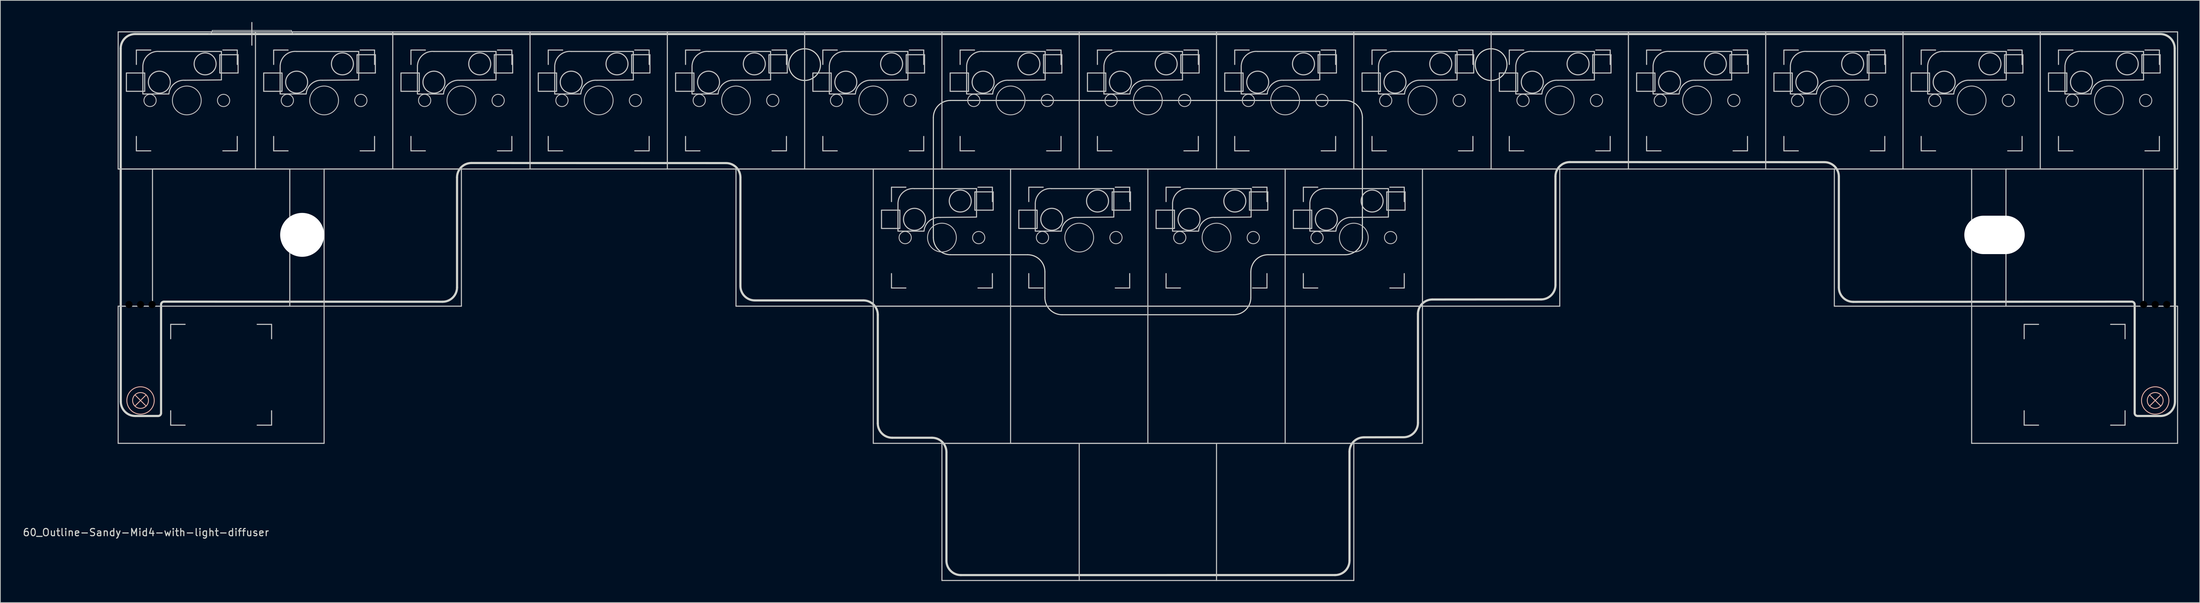
<source format=kicad_pcb>
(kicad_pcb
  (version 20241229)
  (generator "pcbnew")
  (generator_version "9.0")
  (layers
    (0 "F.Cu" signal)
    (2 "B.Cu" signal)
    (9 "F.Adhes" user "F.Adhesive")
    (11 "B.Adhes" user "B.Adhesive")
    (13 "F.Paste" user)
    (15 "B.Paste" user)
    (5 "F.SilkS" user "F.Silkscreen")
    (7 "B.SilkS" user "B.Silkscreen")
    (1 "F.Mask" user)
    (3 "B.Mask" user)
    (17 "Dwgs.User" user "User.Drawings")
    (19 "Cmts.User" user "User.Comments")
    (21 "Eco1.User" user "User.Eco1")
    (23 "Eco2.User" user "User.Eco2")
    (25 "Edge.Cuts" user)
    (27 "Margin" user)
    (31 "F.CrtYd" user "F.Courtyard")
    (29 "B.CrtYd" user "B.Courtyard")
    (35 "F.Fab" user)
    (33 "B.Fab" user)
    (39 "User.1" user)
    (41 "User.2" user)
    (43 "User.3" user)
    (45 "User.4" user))
  (footprint "60_Outline-Sandy-Mid4-with-light-diffuser"
    (layer "F.Cu")
    (at 156.221 39.475)
    (property "Reference" "60_Outline-Sandy-Mid4-with-light-diffuser" (at -139.025 31.425 0) (layer "Edge.Cuts") (effects (font (size 1 1) (thickness 0.15))))
    (attr through_hole)
    (fp_rect (start -141.43 1.072) (end -138.113 10.372) (stroke (width 1) (type solid)) (fill yes) (layer "F.Mask"))
    (fp_rect (start 141.43 1.072) (end 138.113 10.372) (stroke (width 1) (type solid)) (fill yes) (layer "F.Mask"))
    (fp_rect (start -141.43 1.072) (end -138.113 10.372) (stroke (width 1) (type solid)) (fill yes) (layer "B.Mask"))
    (fp_rect (start 141.43 1.072) (end 138.113 10.372) (stroke (width 1) (type solid)) (fill yes) (layer "B.Mask"))
    (fp_line (start -140.549 12.319) (end -138.993 13.875) (stroke (width 0.12) (type solid)) (layer "B.SilkS"))
    (fp_line (start -140.549 13.875) (end -138.993 12.319) (stroke (width 0.12) (type solid)) (layer "B.SilkS"))
    (fp_line (start 138.993 12.319) (end 140.549 13.875) (stroke (width 0.12) (type solid)) (layer "B.SilkS"))
    (fp_line (start 138.993 13.875) (end 140.549 12.319) (stroke (width 0.12) (type solid)) (layer "B.SilkS"))
    (fp_circle (center -139.771 13.097) (end -138.671 13.097) (stroke (width 0.12) (type solid)) (fill no) (layer "B.SilkS"))
    (fp_circle (center -139.771 13.097) (end -137.871 13.097) (stroke (width 0.12) (type solid)) (fill no) (layer "B.SilkS"))
    (fp_circle (center 139.771 13.097) (end 140.871 13.097) (stroke (width 0.12) (type solid)) (fill no) (layer "B.SilkS"))
    (fp_circle (center 139.771 13.097) (end 141.671 13.097) (stroke (width 0.12) (type solid)) (fill no) (layer "B.SilkS"))
    (fp_line (start -142.875 -38.1) (end -123.825 -38.1) (stroke (width 0.15) (type solid)) (layer "Dwgs.User"))
    (fp_line (start -142.875 -19.05) (end -142.875 -38.1) (stroke (width 0.15) (type solid)) (layer "Dwgs.User"))
    (fp_line (start -142.875 0) (end -114.3 0) (stroke (width 0.15) (type solid)) (layer "Dwgs.User"))
    (fp_line (start -142.875 19.05) (end -142.875 0) (stroke (width 0.15) (type solid)) (layer "Dwgs.User"))
    (fp_line (start -142.875 19.05) (end -114.3 19.05) (stroke (width 0.15) (type solid)) (layer "Dwgs.User"))
    (fp_line (start -141.732 -32.385) (end -141.732 -29.845) (stroke (width 0.15) (type solid)) (layer "Dwgs.User"))
    (fp_line (start -141.732 -29.845) (end -139.192 -29.845) (stroke (width 0.15) (type solid)) (layer "Dwgs.User"))
    (fp_line (start -140.35 -35.575) (end -140.35 -33.575) (stroke (width 0.15) (type solid)) (layer "Dwgs.User"))
    (fp_line (start -140.35 -23.575) (end -140.35 -21.575) (stroke (width 0.15) (type solid)) (layer "Dwgs.User"))
    (fp_line (start -140.35 -21.575) (end -138.35 -21.575) (stroke (width 0.15) (type solid)) (layer "Dwgs.User"))
    (fp_line (start -139.45 -33.425) (end -139.45 -29.48) (stroke (width 0.15) (type solid)) (layer "Dwgs.User"))
    (fp_line (start -139.45 -29.471) (end -135.84 -29.471) (stroke (width 0.15) (type solid)) (layer "Dwgs.User"))
    (fp_line (start -139.192 -32.385) (end -141.732 -32.385) (stroke (width 0.15) (type solid)) (layer "Dwgs.User"))
    (fp_line (start -139.192 -29.845) (end -139.192 -32.385) (stroke (width 0.15) (type solid)) (layer "Dwgs.User"))
    (fp_line (start -138.35 -35.575) (end -140.35 -35.575) (stroke (width 0.15) (type solid)) (layer "Dwgs.User"))
    (fp_line (start -138.113 -19.05) (end -119.062 -19.05) (stroke (width 0.15) (type solid)) (layer "Dwgs.User"))
    (fp_line (start -138.113 0) (end -138.113 -19.05) (stroke (width 0.15) (type solid)) (layer "Dwgs.User"))
    (fp_line (start -135.588 2.525) (end -135.588 4.525) (stroke (width 0.15) (type solid)) (layer "Dwgs.User"))
    (fp_line (start -135.588 14.525) (end -135.588 16.525) (stroke (width 0.15) (type solid)) (layer "Dwgs.User"))
    (fp_line (start -135.588 16.525) (end -133.588 16.525) (stroke (width 0.15) (type solid)) (layer "Dwgs.User"))
    (fp_line (start -133.588 2.525) (end -135.588 2.525) (stroke (width 0.15) (type solid)) (layer "Dwgs.User"))
    (fp_line (start -129.825 -38.3) (end -118.825 -38.3) (stroke (width 0.1) (type solid)) (layer "Dwgs.User"))
    (fp_line (start -128.778 -34.925) (end -126.238 -34.925) (stroke (width 0.15) (type solid)) (layer "Dwgs.User"))
    (fp_line (start -128.778 -32.385) (end -128.778 -34.925) (stroke (width 0.15) (type solid)) (layer "Dwgs.User"))
    (fp_line (start -128.55 -35.379) (end -137.175 -35.379) (stroke (width 0.15) (type solid)) (layer "Dwgs.User"))
    (fp_line (start -128.55 -31.471) (end -128.55 -35.379) (stroke (width 0.15) (type solid)) (layer "Dwgs.User"))
    (fp_line (start -128.55 -31.425) (end -133.6 -31.379) (stroke (width 0.15) (type solid)) (layer "Dwgs.User"))
    (fp_line (start -128.35 -35.575) (end -126.35 -35.575) (stroke (width 0.15) (type solid)) (layer "Dwgs.User"))
    (fp_line (start -128.35 -21.575) (end -126.35 -21.575) (stroke (width 0.15) (type solid)) (layer "Dwgs.User"))
    (fp_line (start -126.35 -35.575) (end -126.35 -33.575) (stroke (width 0.15) (type solid)) (layer "Dwgs.User"))
    (fp_line (start -126.35 -21.575) (end -126.35 -23.575) (stroke (width 0.15) (type solid)) (layer "Dwgs.User"))
    (fp_line (start -126.238 -34.925) (end -126.238 -32.385) (stroke (width 0.15) (type solid)) (layer "Dwgs.User"))
    (fp_line (start -126.238 -32.385) (end -128.778 -32.385) (stroke (width 0.15) (type solid)) (layer "Dwgs.User"))
    (fp_line (start -124.325 -39.4) (end -124.325 -36.25) (stroke (width 0.15) (type solid)) (layer "Dwgs.User"))
    (fp_line (start -123.825 -38.1) (end -123.825 -19.05) (stroke (width 0.15) (type solid)) (layer "Dwgs.User"))
    (fp_line (start -123.825 -38.1) (end -104.775 -38.1) (stroke (width 0.15) (type solid)) (layer "Dwgs.User"))
    (fp_line (start -123.825 -19.05) (end -142.875 -19.05) (stroke (width 0.15) (type solid)) (layer "Dwgs.User"))
    (fp_line (start -123.825 -19.05) (end -142.875 -19.05) (stroke (width 0.15) (type solid)) (layer "Dwgs.User"))
    (fp_line (start -123.588 2.525) (end -121.588 2.525) (stroke (width 0.15) (type solid)) (layer "Dwgs.User"))
    (fp_line (start -123.588 16.525) (end -121.588 16.525) (stroke (width 0.15) (type solid)) (layer "Dwgs.User"))
    (fp_line (start -122.682 -32.385) (end -122.682 -29.845) (stroke (width 0.15) (type solid)) (layer "Dwgs.User"))
    (fp_line (start -122.682 -29.845) (end -120.142 -29.845) (stroke (width 0.15) (type solid)) (layer "Dwgs.User"))
    (fp_line (start -121.588 2.525) (end -121.588 4.525) (stroke (width 0.15) (type solid)) (layer "Dwgs.User"))
    (fp_line (start -121.588 16.525) (end -121.588 14.525) (stroke (width 0.15) (type solid)) (layer "Dwgs.User"))
    (fp_line (start -121.3 -35.575) (end -121.3 -33.575) (stroke (width 0.15) (type solid)) (layer "Dwgs.User"))
    (fp_line (start -121.3 -23.575) (end -121.3 -21.575) (stroke (width 0.15) (type solid)) (layer "Dwgs.User"))
    (fp_line (start -121.3 -21.575) (end -119.3 -21.575) (stroke (width 0.15) (type solid)) (layer "Dwgs.User"))
    (fp_line (start -120.4 -33.425) (end -120.4 -29.48) (stroke (width 0.15) (type solid)) (layer "Dwgs.User"))
    (fp_line (start -120.4 -29.471) (end -116.79 -29.471) (stroke (width 0.15) (type solid)) (layer "Dwgs.User"))
    (fp_line (start -120.142 -32.385) (end -122.682 -32.385) (stroke (width 0.15) (type solid)) (layer "Dwgs.User"))
    (fp_line (start -120.142 -29.845) (end -120.142 -32.385) (stroke (width 0.15) (type solid)) (layer "Dwgs.User"))
    (fp_line (start -119.3 -35.575) (end -121.3 -35.575) (stroke (width 0.15) (type solid)) (layer "Dwgs.User"))
    (fp_line (start -119.062 -19.05) (end -119.062 0) (stroke (width 0.15) (type solid)) (layer "Dwgs.User"))
    (fp_line (start -114.3 -19.05) (end -95.25 -19.05) (stroke (width 0.15) (type solid)) (layer "Dwgs.User"))
    (fp_line (start -114.3 0) (end -114.3 -19.05) (stroke (width 0.15) (type solid)) (layer "Dwgs.User"))
    (fp_line (start -114.3 0) (end -114.3 19.05) (stroke (width 0.15) (type solid)) (layer "Dwgs.User"))
    (fp_line (start -109.728 -34.925) (end -107.188 -34.925) (stroke (width 0.15) (type solid)) (layer "Dwgs.User"))
    (fp_line (start -109.728 -32.385) (end -109.728 -34.925) (stroke (width 0.15) (type solid)) (layer "Dwgs.User"))
    (fp_line (start -109.5 -35.379) (end -118.125 -35.379) (stroke (width 0.15) (type solid)) (layer "Dwgs.User"))
    (fp_line (start -109.5 -31.471) (end -109.5 -35.379) (stroke (width 0.15) (type solid)) (layer "Dwgs.User"))
    (fp_line (start -109.5 -31.425) (end -114.55 -31.379) (stroke (width 0.15) (type solid)) (layer "Dwgs.User"))
    (fp_line (start -109.3 -35.575) (end -107.3 -35.575) (stroke (width 0.15) (type solid)) (layer "Dwgs.User"))
    (fp_line (start -109.3 -21.575) (end -107.3 -21.575) (stroke (width 0.15) (type solid)) (layer "Dwgs.User"))
    (fp_line (start -107.3 -35.575) (end -107.3 -33.575) (stroke (width 0.15) (type solid)) (layer "Dwgs.User"))
    (fp_line (start -107.3 -21.575) (end -107.3 -23.575) (stroke (width 0.15) (type solid)) (layer "Dwgs.User"))
    (fp_line (start -107.188 -34.925) (end -107.188 -32.385) (stroke (width 0.15) (type solid)) (layer "Dwgs.User"))
    (fp_line (start -107.188 -32.385) (end -109.728 -32.385) (stroke (width 0.15) (type solid)) (layer "Dwgs.User"))
    (fp_line (start -104.775 -38.1) (end -85.725 -38.1) (stroke (width 0.15) (type solid)) (layer "Dwgs.User"))
    (fp_line (start -104.775 -19.05) (end -123.825 -19.05) (stroke (width 0.15) (type solid)) (layer "Dwgs.User"))
    (fp_line (start -104.775 -19.05) (end -104.775 -38.1) (stroke (width 0.15) (type solid)) (layer "Dwgs.User"))
    (fp_line (start -103.632 -32.385) (end -103.632 -29.845) (stroke (width 0.15) (type solid)) (layer "Dwgs.User"))
    (fp_line (start -103.632 -29.845) (end -101.092 -29.845) (stroke (width 0.15) (type solid)) (layer "Dwgs.User"))
    (fp_line (start -102.25 -35.575) (end -102.25 -33.575) (stroke (width 0.15) (type solid)) (layer "Dwgs.User"))
    (fp_line (start -102.25 -23.575) (end -102.25 -21.575) (stroke (width 0.15) (type solid)) (layer "Dwgs.User"))
    (fp_line (start -102.25 -21.575) (end -100.25 -21.575) (stroke (width 0.15) (type solid)) (layer "Dwgs.User"))
    (fp_line (start -101.35 -33.425) (end -101.35 -29.48) (stroke (width 0.15) (type solid)) (layer "Dwgs.User"))
    (fp_line (start -101.35 -29.471) (end -97.74 -29.471) (stroke (width 0.15) (type solid)) (layer "Dwgs.User"))
    (fp_line (start -101.092 -32.385) (end -103.632 -32.385) (stroke (width 0.15) (type solid)) (layer "Dwgs.User"))
    (fp_line (start -101.092 -29.845) (end -101.092 -32.385) (stroke (width 0.15) (type solid)) (layer "Dwgs.User"))
    (fp_line (start -100.25 -35.575) (end -102.25 -35.575) (stroke (width 0.15) (type solid)) (layer "Dwgs.User"))
    (fp_line (start -95.25 -19.05) (end -95.25 0) (stroke (width 0.15) (type solid)) (layer "Dwgs.User"))
    (fp_line (start -95.25 0) (end -114.3 0) (stroke (width 0.15) (type solid)) (layer "Dwgs.User"))
    (fp_line (start -90.678 -34.925) (end -88.138 -34.925) (stroke (width 0.15) (type solid)) (layer "Dwgs.User"))
    (fp_line (start -90.678 -32.385) (end -90.678 -34.925) (stroke (width 0.15) (type solid)) (layer "Dwgs.User"))
    (fp_line (start -90.45 -35.379) (end -99.075 -35.379) (stroke (width 0.15) (type solid)) (layer "Dwgs.User"))
    (fp_line (start -90.45 -31.471) (end -90.45 -35.379) (stroke (width 0.15) (type solid)) (layer "Dwgs.User"))
    (fp_line (start -90.45 -31.425) (end -95.5 -31.379) (stroke (width 0.15) (type solid)) (layer "Dwgs.User"))
    (fp_line (start -90.25 -35.575) (end -88.25 -35.575) (stroke (width 0.15) (type solid)) (layer "Dwgs.User"))
    (fp_line (start -90.25 -21.575) (end -88.25 -21.575) (stroke (width 0.15) (type solid)) (layer "Dwgs.User"))
    (fp_line (start -88.25 -35.575) (end -88.25 -33.575) (stroke (width 0.15) (type solid)) (layer "Dwgs.User"))
    (fp_line (start -88.25 -21.575) (end -88.25 -23.575) (stroke (width 0.15) (type solid)) (layer "Dwgs.User"))
    (fp_line (start -88.138 -34.925) (end -88.138 -32.385) (stroke (width 0.15) (type solid)) (layer "Dwgs.User"))
    (fp_line (start -88.138 -32.385) (end -90.678 -32.385) (stroke (width 0.15) (type solid)) (layer "Dwgs.User"))
    (fp_line (start -85.725 -38.1) (end -85.725 -19.05) (stroke (width 0.15) (type solid)) (layer "Dwgs.User"))
    (fp_line (start -85.725 -38.1) (end -66.675 -38.1) (stroke (width 0.15) (type solid)) (layer "Dwgs.User"))
    (fp_line (start -85.725 -19.05) (end -104.775 -19.05) (stroke (width 0.15) (type solid)) (layer "Dwgs.User"))
    (fp_line (start -84.582 -32.385) (end -84.582 -29.845) (stroke (width 0.15) (type solid)) (layer "Dwgs.User"))
    (fp_line (start -84.582 -29.845) (end -82.042 -29.845) (stroke (width 0.15) (type solid)) (layer "Dwgs.User"))
    (fp_line (start -83.2 -35.575) (end -83.2 -33.575) (stroke (width 0.15) (type solid)) (layer "Dwgs.User"))
    (fp_line (start -83.2 -23.575) (end -83.2 -21.575) (stroke (width 0.15) (type solid)) (layer "Dwgs.User"))
    (fp_line (start -83.2 -21.575) (end -81.2 -21.575) (stroke (width 0.15) (type solid)) (layer "Dwgs.User"))
    (fp_line (start -82.3 -33.425) (end -82.3 -29.48) (stroke (width 0.15) (type solid)) (layer "Dwgs.User"))
    (fp_line (start -82.3 -29.471) (end -78.69 -29.471) (stroke (width 0.15) (type solid)) (layer "Dwgs.User"))
    (fp_line (start -82.042 -32.385) (end -84.582 -32.385) (stroke (width 0.15) (type solid)) (layer "Dwgs.User"))
    (fp_line (start -82.042 -29.845) (end -82.042 -32.385) (stroke (width 0.15) (type solid)) (layer "Dwgs.User"))
    (fp_line (start -81.2 -35.575) (end -83.2 -35.575) (stroke (width 0.15) (type solid)) (layer "Dwgs.User"))
    (fp_line (start -71.628 -34.925) (end -69.088 -34.925) (stroke (width 0.15) (type solid)) (layer "Dwgs.User"))
    (fp_line (start -71.628 -32.385) (end -71.628 -34.925) (stroke (width 0.15) (type solid)) (layer "Dwgs.User"))
    (fp_line (start -71.4 -35.379) (end -80.025 -35.379) (stroke (width 0.15) (type solid)) (layer "Dwgs.User"))
    (fp_line (start -71.4 -31.471) (end -71.4 -35.379) (stroke (width 0.15) (type solid)) (layer "Dwgs.User"))
    (fp_line (start -71.4 -31.425) (end -76.45 -31.379) (stroke (width 0.15) (type solid)) (layer "Dwgs.User"))
    (fp_line (start -71.2 -35.575) (end -69.2 -35.575) (stroke (width 0.15) (type solid)) (layer "Dwgs.User"))
    (fp_line (start -71.2 -21.575) (end -69.2 -21.575) (stroke (width 0.15) (type solid)) (layer "Dwgs.User"))
    (fp_line (start -69.2 -35.575) (end -69.2 -33.575) (stroke (width 0.15) (type solid)) (layer "Dwgs.User"))
    (fp_line (start -69.2 -21.575) (end -69.2 -23.575) (stroke (width 0.15) (type solid)) (layer "Dwgs.User"))
    (fp_line (start -69.088 -34.925) (end -69.088 -32.385) (stroke (width 0.15) (type solid)) (layer "Dwgs.User"))
    (fp_line (start -69.088 -32.385) (end -71.628 -32.385) (stroke (width 0.15) (type solid)) (layer "Dwgs.User"))
    (fp_line (start -66.675 -38.1) (end -66.675 -19.05) (stroke (width 0.15) (type solid)) (layer "Dwgs.User"))
    (fp_line (start -66.675 -38.1) (end -47.625 -38.1) (stroke (width 0.15) (type solid)) (layer "Dwgs.User"))
    (fp_line (start -66.675 -19.05) (end -85.725 -19.05) (stroke (width 0.15) (type solid)) (layer "Dwgs.User"))
    (fp_line (start -65.532 -32.385) (end -65.532 -29.845) (stroke (width 0.15) (type solid)) (layer "Dwgs.User"))
    (fp_line (start -65.532 -29.845) (end -62.992 -29.845) (stroke (width 0.15) (type solid)) (layer "Dwgs.User"))
    (fp_line (start -64.15 -35.575) (end -64.15 -33.575) (stroke (width 0.15) (type solid)) (layer "Dwgs.User"))
    (fp_line (start -64.15 -23.575) (end -64.15 -21.575) (stroke (width 0.15) (type solid)) (layer "Dwgs.User"))
    (fp_line (start -64.15 -21.575) (end -62.15 -21.575) (stroke (width 0.15) (type solid)) (layer "Dwgs.User"))
    (fp_line (start -63.25 -33.425) (end -63.25 -29.48) (stroke (width 0.15) (type solid)) (layer "Dwgs.User"))
    (fp_line (start -63.25 -29.471) (end -59.64 -29.471) (stroke (width 0.15) (type solid)) (layer "Dwgs.User"))
    (fp_line (start -62.992 -32.385) (end -65.532 -32.385) (stroke (width 0.15) (type solid)) (layer "Dwgs.User"))
    (fp_line (start -62.992 -29.845) (end -62.992 -32.385) (stroke (width 0.15) (type solid)) (layer "Dwgs.User"))
    (fp_line (start -62.15 -35.575) (end -64.15 -35.575) (stroke (width 0.15) (type solid)) (layer "Dwgs.User"))
    (fp_line (start -57.15 -19.05) (end -38.1 -19.05) (stroke (width 0.15) (type solid)) (layer "Dwgs.User"))
    (fp_line (start -57.15 0) (end -57.15 -19.05) (stroke (width 0.15) (type solid)) (layer "Dwgs.User"))
    (fp_line (start -52.578 -34.925) (end -50.038 -34.925) (stroke (width 0.15) (type solid)) (layer "Dwgs.User"))
    (fp_line (start -52.578 -32.385) (end -52.578 -34.925) (stroke (width 0.15) (type solid)) (layer "Dwgs.User"))
    (fp_line (start -52.35 -35.379) (end -60.975 -35.379) (stroke (width 0.15) (type solid)) (layer "Dwgs.User"))
    (fp_line (start -52.35 -31.471) (end -52.35 -35.379) (stroke (width 0.15) (type solid)) (layer "Dwgs.User"))
    (fp_line (start -52.35 -31.425) (end -57.4 -31.379) (stroke (width 0.15) (type solid)) (layer "Dwgs.User"))
    (fp_line (start -52.15 -35.575) (end -50.15 -35.575) (stroke (width 0.15) (type solid)) (layer "Dwgs.User"))
    (fp_line (start -52.15 -21.575) (end -50.15 -21.575) (stroke (width 0.15) (type solid)) (layer "Dwgs.User"))
    (fp_line (start -50.15 -35.575) (end -50.15 -33.575) (stroke (width 0.15) (type solid)) (layer "Dwgs.User"))
    (fp_line (start -50.15 -21.575) (end -50.15 -23.575) (stroke (width 0.15) (type solid)) (layer "Dwgs.User"))
    (fp_line (start -50.038 -34.925) (end -50.038 -32.385) (stroke (width 0.15) (type solid)) (layer "Dwgs.User"))
    (fp_line (start -50.038 -32.385) (end -52.578 -32.385) (stroke (width 0.15) (type solid)) (layer "Dwgs.User"))
    (fp_line (start -47.625 -38.1) (end -28.575 -38.1) (stroke (width 0.15) (type solid)) (layer "Dwgs.User"))
    (fp_line (start -47.625 -19.05) (end -66.675 -19.05) (stroke (width 0.15) (type solid)) (layer "Dwgs.User"))
    (fp_line (start -47.625 -19.05) (end -47.625 -38.1) (stroke (width 0.15) (type solid)) (layer "Dwgs.User"))
    (fp_line (start -46.482 -32.385) (end -46.482 -29.845) (stroke (width 0.15) (type solid)) (layer "Dwgs.User"))
    (fp_line (start -46.482 -29.845) (end -43.942 -29.845) (stroke (width 0.15) (type solid)) (layer "Dwgs.User"))
    (fp_line (start -45.1 -35.575) (end -45.1 -33.575) (stroke (width 0.15) (type solid)) (layer "Dwgs.User"))
    (fp_line (start -45.1 -23.575) (end -45.1 -21.575) (stroke (width 0.15) (type solid)) (layer "Dwgs.User"))
    (fp_line (start -45.1 -21.575) (end -43.1 -21.575) (stroke (width 0.15) (type solid)) (layer "Dwgs.User"))
    (fp_line (start -44.2 -33.425) (end -44.2 -29.48) (stroke (width 0.15) (type solid)) (layer "Dwgs.User"))
    (fp_line (start -44.2 -29.471) (end -40.59 -29.471) (stroke (width 0.15) (type solid)) (layer "Dwgs.User"))
    (fp_line (start -43.942 -32.385) (end -46.482 -32.385) (stroke (width 0.15) (type solid)) (layer "Dwgs.User"))
    (fp_line (start -43.942 -29.845) (end -43.942 -32.385) (stroke (width 0.15) (type solid)) (layer "Dwgs.User"))
    (fp_line (start -43.1 -35.575) (end -45.1 -35.575) (stroke (width 0.15) (type solid)) (layer "Dwgs.User"))
    (fp_line (start -38.1 -19.05) (end -19.05 -19.05) (stroke (width 0.15) (type solid)) (layer "Dwgs.User"))
    (fp_line (start -38.1 0) (end -57.15 0) (stroke (width 0.15) (type solid)) (layer "Dwgs.User"))
    (fp_line (start -38.1 0) (end -38.1 -19.05) (stroke (width 0.15) (type solid)) (layer "Dwgs.User"))
    (fp_line (start -38.1 0) (end -19.05 0) (stroke (width 0.15) (type solid)) (layer "Dwgs.User"))
    (fp_line (start -38.1 19.05) (end -38.1 0) (stroke (width 0.15) (type solid)) (layer "Dwgs.User"))
    (fp_line (start -36.957 -13.335) (end -36.957 -10.795) (stroke (width 0.15) (type solid)) (layer "Dwgs.User"))
    (fp_line (start -36.957 -10.795) (end -34.417 -10.795) (stroke (width 0.15) (type solid)) (layer "Dwgs.User"))
    (fp_line (start -35.575 -16.525) (end -35.575 -14.525) (stroke (width 0.15) (type solid)) (layer "Dwgs.User"))
    (fp_line (start -35.575 -4.525) (end -35.575 -2.525) (stroke (width 0.15) (type solid)) (layer "Dwgs.User"))
    (fp_line (start -35.575 -2.525) (end -33.575 -2.525) (stroke (width 0.15) (type solid)) (layer "Dwgs.User"))
    (fp_line (start -34.675 -14.375) (end -34.675 -10.43) (stroke (width 0.15) (type solid)) (layer "Dwgs.User"))
    (fp_line (start -34.675 -10.421) (end -31.065 -10.421) (stroke (width 0.15) (type solid)) (layer "Dwgs.User"))
    (fp_line (start -34.417 -13.335) (end -36.957 -13.335) (stroke (width 0.15) (type solid)) (layer "Dwgs.User"))
    (fp_line (start -34.417 -10.795) (end -34.417 -13.335) (stroke (width 0.15) (type solid)) (layer "Dwgs.User"))
    (fp_line (start -33.575 -16.525) (end -35.575 -16.525) (stroke (width 0.15) (type solid)) (layer "Dwgs.User"))
    (fp_line (start -33.528 -34.925) (end -30.988 -34.925) (stroke (width 0.15) (type solid)) (layer "Dwgs.User"))
    (fp_line (start -33.528 -32.385) (end -33.528 -34.925) (stroke (width 0.15) (type solid)) (layer "Dwgs.User"))
    (fp_line (start -33.3 -35.379) (end -41.925 -35.379) (stroke (width 0.15) (type solid)) (layer "Dwgs.User"))
    (fp_line (start -33.3 -31.471) (end -33.3 -35.379) (stroke (width 0.15) (type solid)) (layer "Dwgs.User"))
    (fp_line (start -33.3 -31.425) (end -38.35 -31.379) (stroke (width 0.15) (type solid)) (layer "Dwgs.User"))
    (fp_line (start -33.1 -35.575) (end -31.1 -35.575) (stroke (width 0.15) (type solid)) (layer "Dwgs.User"))
    (fp_line (start -33.1 -21.575) (end -31.1 -21.575) (stroke (width 0.15) (type solid)) (layer "Dwgs.User"))
    (fp_line (start -31.1 -35.575) (end -31.1 -33.575) (stroke (width 0.15) (type solid)) (layer "Dwgs.User"))
    (fp_line (start -31.1 -21.575) (end -31.1 -23.575) (stroke (width 0.15) (type solid)) (layer "Dwgs.User"))
    (fp_line (start -30.988 -34.925) (end -30.988 -32.385) (stroke (width 0.15) (type solid)) (layer "Dwgs.User"))
    (fp_line (start -30.988 -32.385) (end -33.528 -32.385) (stroke (width 0.15) (type solid)) (layer "Dwgs.User"))
    (fp_line (start -28.575 -38.1) (end -9.525 -38.1) (stroke (width 0.15) (type solid)) (layer "Dwgs.User"))
    (fp_line (start -28.575 -19.05) (end -47.625 -19.05) (stroke (width 0.15) (type solid)) (layer "Dwgs.User"))
    (fp_line (start -28.575 -19.05) (end -28.575 -38.1) (stroke (width 0.15) (type solid)) (layer "Dwgs.User"))
    (fp_line (start -28.575 19.05) (end -9.525 19.05) (stroke (width 0.15) (type solid)) (layer "Dwgs.User"))
    (fp_line (start -28.575 38.1) (end -28.575 19.05) (stroke (width 0.15) (type solid)) (layer "Dwgs.User"))
    (fp_line (start -27.432 -32.385) (end -27.432 -29.845) (stroke (width 0.15) (type solid)) (layer "Dwgs.User"))
    (fp_line (start -27.432 -29.845) (end -24.892 -29.845) (stroke (width 0.15) (type solid)) (layer "Dwgs.User"))
    (fp_line (start -26.05 -35.575) (end -26.05 -33.575) (stroke (width 0.15) (type solid)) (layer "Dwgs.User"))
    (fp_line (start -26.05 -23.575) (end -26.05 -21.575) (stroke (width 0.15) (type solid)) (layer "Dwgs.User"))
    (fp_line (start -26.05 -21.575) (end -24.05 -21.575) (stroke (width 0.15) (type solid)) (layer "Dwgs.User"))
    (fp_line (start -25.15 -33.425) (end -25.15 -29.48) (stroke (width 0.15) (type solid)) (layer "Dwgs.User"))
    (fp_line (start -25.15 -29.471) (end -21.54 -29.471) (stroke (width 0.15) (type solid)) (layer "Dwgs.User"))
    (fp_line (start -24.892 -32.385) (end -27.432 -32.385) (stroke (width 0.15) (type solid)) (layer "Dwgs.User"))
    (fp_line (start -24.892 -29.845) (end -24.892 -32.385) (stroke (width 0.15) (type solid)) (layer "Dwgs.User"))
    (fp_line (start -24.05 -35.575) (end -26.05 -35.575) (stroke (width 0.15) (type solid)) (layer "Dwgs.User"))
    (fp_line (start -24.003 -15.875) (end -21.463 -15.875) (stroke (width 0.15) (type solid)) (layer "Dwgs.User"))
    (fp_line (start -24.003 -13.335) (end -24.003 -15.875) (stroke (width 0.15) (type solid)) (layer "Dwgs.User"))
    (fp_line (start -23.775 -16.329) (end -32.4 -16.329) (stroke (width 0.15) (type solid)) (layer "Dwgs.User"))
    (fp_line (start -23.775 -12.421) (end -23.775 -16.329) (stroke (width 0.15) (type solid)) (layer "Dwgs.User"))
    (fp_line (start -23.775 -12.375) (end -28.825 -12.329) (stroke (width 0.15) (type solid)) (layer "Dwgs.User"))
    (fp_line (start -23.575 -16.525) (end -21.575 -16.525) (stroke (width 0.15) (type solid)) (layer "Dwgs.User"))
    (fp_line (start -23.575 -2.525) (end -21.575 -2.525) (stroke (width 0.15) (type solid)) (layer "Dwgs.User"))
    (fp_line (start -21.575 -16.525) (end -21.575 -14.525) (stroke (width 0.15) (type solid)) (layer "Dwgs.User"))
    (fp_line (start -21.575 -2.525) (end -21.575 -4.525) (stroke (width 0.15) (type solid)) (layer "Dwgs.User"))
    (fp_line (start -21.463 -15.875) (end -21.463 -13.335) (stroke (width 0.15) (type solid)) (layer "Dwgs.User"))
    (fp_line (start -21.463 -13.335) (end -24.003 -13.335) (stroke (width 0.15) (type solid)) (layer "Dwgs.User"))
    (fp_line (start -19.05 -19.05) (end -19.05 0) (stroke (width 0.15) (type solid)) (layer "Dwgs.User"))
    (fp_line (start -19.05 -19.05) (end 0 -19.05) (stroke (width 0.15) (type solid)) (layer "Dwgs.User"))
    (fp_line (start -19.05 0) (end -38.1 0) (stroke (width 0.15) (type solid)) (layer "Dwgs.User"))
    (fp_line (start -19.05 0) (end 0 0) (stroke (width 0.15) (type solid)) (layer "Dwgs.User"))
    (fp_line (start -19.05 19.05) (end -38.1 19.05) (stroke (width 0.15) (type solid)) (layer "Dwgs.User"))
    (fp_line (start -19.05 19.05) (end -19.05 0) (stroke (width 0.15) (type solid)) (layer "Dwgs.User"))
    (fp_line (start -17.907 -13.335) (end -17.907 -10.795) (stroke (width 0.15) (type solid)) (layer "Dwgs.User"))
    (fp_line (start -17.907 -10.795) (end -15.367 -10.795) (stroke (width 0.15) (type solid)) (layer "Dwgs.User"))
    (fp_line (start -16.525 -16.525) (end -16.525 -14.525) (stroke (width 0.15) (type solid)) (layer "Dwgs.User"))
    (fp_line (start -16.525 -4.525) (end -16.525 -2.525) (stroke (width 0.15) (type solid)) (layer "Dwgs.User"))
    (fp_line (start -16.525 -2.525) (end -14.525 -2.525) (stroke (width 0.15) (type solid)) (layer "Dwgs.User"))
    (fp_line (start -15.625 -14.375) (end -15.625 -10.43) (stroke (width 0.15) (type solid)) (layer "Dwgs.User"))
    (fp_line (start -15.625 -10.421) (end -12.015 -10.421) (stroke (width 0.15) (type solid)) (layer "Dwgs.User"))
    (fp_line (start -15.367 -13.335) (end -17.907 -13.335) (stroke (width 0.15) (type solid)) (layer "Dwgs.User"))
    (fp_line (start -15.367 -10.795) (end -15.367 -13.335) (stroke (width 0.15) (type solid)) (layer "Dwgs.User"))
    (fp_line (start -14.525 -16.525) (end -16.525 -16.525) (stroke (width 0.15) (type solid)) (layer "Dwgs.User"))
    (fp_line (start -14.478 -34.925) (end -11.938 -34.925) (stroke (width 0.15) (type solid)) (layer "Dwgs.User"))
    (fp_line (start -14.478 -32.385) (end -14.478 -34.925) (stroke (width 0.15) (type solid)) (layer "Dwgs.User"))
    (fp_line (start -14.25 -35.379) (end -22.875 -35.379) (stroke (width 0.15) (type solid)) (layer "Dwgs.User"))
    (fp_line (start -14.25 -31.471) (end -14.25 -35.379) (stroke (width 0.15) (type solid)) (layer "Dwgs.User"))
    (fp_line (start -14.25 -31.425) (end -19.3 -31.379) (stroke (width 0.15) (type solid)) (layer "Dwgs.User"))
    (fp_line (start -14.05 -35.575) (end -12.05 -35.575) (stroke (width 0.15) (type solid)) (layer "Dwgs.User"))
    (fp_line (start -14.05 -21.575) (end -12.05 -21.575) (stroke (width 0.15) (type solid)) (layer "Dwgs.User"))
    (fp_line (start -12.05 -35.575) (end -12.05 -33.575) (stroke (width 0.15) (type solid)) (layer "Dwgs.User"))
    (fp_line (start -12.05 -21.575) (end -12.05 -23.575) (stroke (width 0.15) (type solid)) (layer "Dwgs.User"))
    (fp_line (start -11.938 -34.925) (end -11.938 -32.385) (stroke (width 0.15) (type solid)) (layer "Dwgs.User"))
    (fp_line (start -11.938 -32.385) (end -14.478 -32.385) (stroke (width 0.15) (type solid)) (layer "Dwgs.User"))
    (fp_line (start -9.525 -38.1) (end 9.525 -38.1) (stroke (width 0.15) (type solid)) (layer "Dwgs.User"))
    (fp_line (start -9.525 -19.05) (end -28.575 -19.05) (stroke (width 0.15) (type solid)) (layer "Dwgs.User"))
    (fp_line (start -9.525 -19.05) (end -9.525 -38.1) (stroke (width 0.15) (type solid)) (layer "Dwgs.User"))
    (fp_line (start -9.525 19.05) (end 9.525 19.05) (stroke (width 0.15) (type solid)) (layer "Dwgs.User"))
    (fp_line (start -9.525 38.1) (end -28.575 38.1) (stroke (width 0.15) (type solid)) (layer "Dwgs.User"))
    (fp_line (start -9.525 38.1) (end -9.525 19.05) (stroke (width 0.15) (type solid)) (layer "Dwgs.User"))
    (fp_line (start -8.382 -32.385) (end -8.382 -29.845) (stroke (width 0.15) (type solid)) (layer "Dwgs.User"))
    (fp_line (start -8.382 -29.845) (end -5.842 -29.845) (stroke (width 0.15) (type solid)) (layer "Dwgs.User"))
    (fp_line (start -7 -35.575) (end -7 -33.575) (stroke (width 0.15) (type solid)) (layer "Dwgs.User"))
    (fp_line (start -7 -23.575) (end -7 -21.575) (stroke (width 0.15) (type solid)) (layer "Dwgs.User"))
    (fp_line (start -7 -21.575) (end -5 -21.575) (stroke (width 0.15) (type solid)) (layer "Dwgs.User"))
    (fp_line (start -6.1 -33.425) (end -6.1 -29.48) (stroke (width 0.15) (type solid)) (layer "Dwgs.User"))
    (fp_line (start -6.1 -29.471) (end -2.49 -29.471) (stroke (width 0.15) (type solid)) (layer "Dwgs.User"))
    (fp_line (start -5.842 -32.385) (end -8.382 -32.385) (stroke (width 0.15) (type solid)) (layer "Dwgs.User"))
    (fp_line (start -5.842 -29.845) (end -5.842 -32.385) (stroke (width 0.15) (type solid)) (layer "Dwgs.User"))
    (fp_line (start -5 -35.575) (end -7 -35.575) (stroke (width 0.15) (type solid)) (layer "Dwgs.User"))
    (fp_line (start -4.953 -15.875) (end -2.413 -15.875) (stroke (width 0.15) (type solid)) (layer "Dwgs.User"))
    (fp_line (start -4.953 -13.335) (end -4.953 -15.875) (stroke (width 0.15) (type solid)) (layer "Dwgs.User"))
    (fp_line (start -4.725 -16.329) (end -13.35 -16.329) (stroke (width 0.15) (type solid)) (layer "Dwgs.User"))
    (fp_line (start -4.725 -12.421) (end -4.725 -16.329) (stroke (width 0.15) (type solid)) (layer "Dwgs.User"))
    (fp_line (start -4.725 -12.375) (end -9.775 -12.329) (stroke (width 0.15) (type solid)) (layer "Dwgs.User"))
    (fp_line (start -4.525 -16.525) (end -2.525 -16.525) (stroke (width 0.15) (type solid)) (layer "Dwgs.User"))
    (fp_line (start -4.525 -2.525) (end -2.525 -2.525) (stroke (width 0.15) (type solid)) (layer "Dwgs.User"))
    (fp_line (start -2.525 -16.525) (end -2.525 -14.525) (stroke (width 0.15) (type solid)) (layer "Dwgs.User"))
    (fp_line (start -2.525 -2.525) (end -2.525 -4.525) (stroke (width 0.15) (type solid)) (layer "Dwgs.User"))
    (fp_line (start -2.413 -15.875) (end -2.413 -13.335) (stroke (width 0.15) (type solid)) (layer "Dwgs.User"))
    (fp_line (start -2.413 -13.335) (end -4.953 -13.335) (stroke (width 0.15) (type solid)) (layer "Dwgs.User"))
    (fp_line (start 0 -19.05) (end 0 0) (stroke (width 0.15) (type solid)) (layer "Dwgs.User"))
    (fp_line (start 0 -19.05) (end 19.05 -19.05) (stroke (width 0.15) (type solid)) (layer "Dwgs.User"))
    (fp_line (start 0 0) (end -19.05 0) (stroke (width 0.15) (type solid)) (layer "Dwgs.User"))
    (fp_line (start 0 0) (end 19.05 0) (stroke (width 0.15) (type solid)) (layer "Dwgs.User"))
    (fp_line (start 0 19.05) (end -19.05 19.05) (stroke (width 0.15) (type solid)) (layer "Dwgs.User"))
    (fp_line (start 0 19.05) (end 0 0) (stroke (width 0.15) (type solid)) (layer "Dwgs.User"))
    (fp_line (start 1.143 -13.335) (end 1.143 -10.795) (stroke (width 0.15) (type solid)) (layer "Dwgs.User"))
    (fp_line (start 1.143 -10.795) (end 3.683 -10.795) (stroke (width 0.15) (type solid)) (layer "Dwgs.User"))
    (fp_line (start 2.525 -16.525) (end 2.525 -14.525) (stroke (width 0.15) (type solid)) (layer "Dwgs.User"))
    (fp_line (start 2.525 -4.525) (end 2.525 -2.525) (stroke (width 0.15) (type solid)) (layer "Dwgs.User"))
    (fp_line (start 2.525 -2.525) (end 4.525 -2.525) (stroke (width 0.15) (type solid)) (layer "Dwgs.User"))
    (fp_line (start 3.425 -14.375) (end 3.425 -10.43) (stroke (width 0.15) (type solid)) (layer "Dwgs.User"))
    (fp_line (start 3.425 -10.421) (end 7.035 -10.421) (stroke (width 0.15) (type solid)) (layer "Dwgs.User"))
    (fp_line (start 3.683 -13.335) (end 1.143 -13.335) (stroke (width 0.15) (type solid)) (layer "Dwgs.User"))
    (fp_line (start 3.683 -10.795) (end 3.683 -13.335) (stroke (width 0.15) (type solid)) (layer "Dwgs.User"))
    (fp_line (start 4.525 -16.525) (end 2.525 -16.525) (stroke (width 0.15) (type solid)) (layer "Dwgs.User"))
    (fp_line (start 4.572 -34.925) (end 7.112 -34.925) (stroke (width 0.15) (type solid)) (layer "Dwgs.User"))
    (fp_line (start 4.572 -32.385) (end 4.572 -34.925) (stroke (width 0.15) (type solid)) (layer "Dwgs.User"))
    (fp_line (start 4.8 -35.379) (end -3.825 -35.379) (stroke (width 0.15) (type solid)) (layer "Dwgs.User"))
    (fp_line (start 4.8 -31.471) (end 4.8 -35.379) (stroke (width 0.15) (type solid)) (layer "Dwgs.User"))
    (fp_line (start 4.8 -31.425) (end -0.25 -31.379) (stroke (width 0.15) (type solid)) (layer "Dwgs.User"))
    (fp_line (start 5 -35.575) (end 7 -35.575) (stroke (width 0.15) (type solid)) (layer "Dwgs.User"))
    (fp_line (start 5 -21.575) (end 7 -21.575) (stroke (width 0.15) (type solid)) (layer "Dwgs.User"))
    (fp_line (start 7 -35.575) (end 7 -33.575) (stroke (width 0.15) (type solid)) (layer "Dwgs.User"))
    (fp_line (start 7 -21.575) (end 7 -23.575) (stroke (width 0.15) (type solid)) (layer "Dwgs.User"))
    (fp_line (start 7.112 -34.925) (end 7.112 -32.385) (stroke (width 0.15) (type solid)) (layer "Dwgs.User"))
    (fp_line (start 7.112 -32.385) (end 4.572 -32.385) (stroke (width 0.15) (type solid)) (layer "Dwgs.User"))
    (fp_line (start 9.525 -38.1) (end 28.575 -38.1) (stroke (width 0.15) (type solid)) (layer "Dwgs.User"))
    (fp_line (start 9.525 -19.05) (end -9.525 -19.05) (stroke (width 0.15) (type solid)) (layer "Dwgs.User"))
    (fp_line (start 9.525 -19.05) (end 9.525 -38.1) (stroke (width 0.15) (type solid)) (layer "Dwgs.User"))
    (fp_line (start 9.525 19.05) (end 28.575 19.05) (stroke (width 0.15) (type solid)) (layer "Dwgs.User"))
    (fp_line (start 9.525 38.1) (end -9.525 38.1) (stroke (width 0.15) (type solid)) (layer "Dwgs.User"))
    (fp_line (start 9.525 38.1) (end 9.525 19.05) (stroke (width 0.15) (type solid)) (layer "Dwgs.User"))
    (fp_line (start 10.668 -32.385) (end 10.668 -29.845) (stroke (width 0.15) (type solid)) (layer "Dwgs.User"))
    (fp_line (start 10.668 -29.845) (end 13.208 -29.845) (stroke (width 0.15) (type solid)) (layer "Dwgs.User"))
    (fp_line (start 12.05 -35.575) (end 12.05 -33.575) (stroke (width 0.15) (type solid)) (layer "Dwgs.User"))
    (fp_line (start 12.05 -23.575) (end 12.05 -21.575) (stroke (width 0.15) (type solid)) (layer "Dwgs.User"))
    (fp_line (start 12.05 -21.575) (end 14.05 -21.575) (stroke (width 0.15) (type solid)) (layer "Dwgs.User"))
    (fp_line (start 12.95 -33.425) (end 12.95 -29.48) (stroke (width 0.15) (type solid)) (layer "Dwgs.User"))
    (fp_line (start 12.95 -29.471) (end 16.56 -29.471) (stroke (width 0.15) (type solid)) (layer "Dwgs.User"))
    (fp_line (start 13.208 -32.385) (end 10.668 -32.385) (stroke (width 0.15) (type solid)) (layer "Dwgs.User"))
    (fp_line (start 13.208 -29.845) (end 13.208 -32.385) (stroke (width 0.15) (type solid)) (layer "Dwgs.User"))
    (fp_line (start 14.05 -35.575) (end 12.05 -35.575) (stroke (width 0.15) (type solid)) (layer "Dwgs.User"))
    (fp_line (start 14.097 -15.875) (end 16.637 -15.875) (stroke (width 0.15) (type solid)) (layer "Dwgs.User"))
    (fp_line (start 14.097 -13.335) (end 14.097 -15.875) (stroke (width 0.15) (type solid)) (layer "Dwgs.User"))
    (fp_line (start 14.325 -16.329) (end 5.7 -16.329) (stroke (width 0.15) (type solid)) (layer "Dwgs.User"))
    (fp_line (start 14.325 -12.421) (end 14.325 -16.329) (stroke (width 0.15) (type solid)) (layer "Dwgs.User"))
    (fp_line (start 14.325 -12.375) (end 9.275 -12.329) (stroke (width 0.15) (type solid)) (layer "Dwgs.User"))
    (fp_line (start 14.525 -16.525) (end 16.525 -16.525) (stroke (width 0.15) (type solid)) (layer "Dwgs.User"))
    (fp_line (start 14.525 -2.525) (end 16.525 -2.525) (stroke (width 0.15) (type solid)) (layer "Dwgs.User"))
    (fp_line (start 16.525 -16.525) (end 16.525 -14.525) (stroke (width 0.15) (type solid)) (layer "Dwgs.User"))
    (fp_line (start 16.525 -2.525) (end 16.525 -4.525) (stroke (width 0.15) (type solid)) (layer "Dwgs.User"))
    (fp_line (start 16.637 -15.875) (end 16.637 -13.335) (stroke (width 0.15) (type solid)) (layer "Dwgs.User"))
    (fp_line (start 16.637 -13.335) (end 14.097 -13.335) (stroke (width 0.15) (type solid)) (layer "Dwgs.User"))
    (fp_line (start 19.05 -19.05) (end 38.1 -19.05) (stroke (width 0.15) (type solid)) (layer "Dwgs.User"))
    (fp_line (start 19.05 0) (end 0 0) (stroke (width 0.15) (type solid)) (layer "Dwgs.User"))
    (fp_line (start 19.05 0) (end 19.05 -19.05) (stroke (width 0.15) (type solid)) (layer "Dwgs.User"))
    (fp_line (start 19.05 0) (end 38.1 0) (stroke (width 0.15) (type solid)) (layer "Dwgs.User"))
    (fp_line (start 19.05 19.05) (end 0 19.05) (stroke (width 0.15) (type solid)) (layer "Dwgs.User"))
    (fp_line (start 19.05 19.05) (end 19.05 0) (stroke (width 0.15) (type solid)) (layer "Dwgs.User"))
    (fp_line (start 20.193 -13.335) (end 20.193 -10.795) (stroke (width 0.15) (type solid)) (layer "Dwgs.User"))
    (fp_line (start 20.193 -10.795) (end 22.733 -10.795) (stroke (width 0.15) (type solid)) (layer "Dwgs.User"))
    (fp_line (start 21.575 -16.525) (end 21.575 -14.525) (stroke (width 0.15) (type solid)) (layer "Dwgs.User"))
    (fp_line (start 21.575 -4.525) (end 21.575 -2.525) (stroke (width 0.15) (type solid)) (layer "Dwgs.User"))
    (fp_line (start 21.575 -2.525) (end 23.575 -2.525) (stroke (width 0.15) (type solid)) (layer "Dwgs.User"))
    (fp_line (start 22.475 -14.375) (end 22.475 -10.43) (stroke (width 0.15) (type solid)) (layer "Dwgs.User"))
    (fp_line (start 22.475 -10.421) (end 26.085 -10.421) (stroke (width 0.15) (type solid)) (layer "Dwgs.User"))
    (fp_line (start 22.733 -13.335) (end 20.193 -13.335) (stroke (width 0.15) (type solid)) (layer "Dwgs.User"))
    (fp_line (start 22.733 -10.795) (end 22.733 -13.335) (stroke (width 0.15) (type solid)) (layer "Dwgs.User"))
    (fp_line (start 23.575 -16.525) (end 21.575 -16.525) (stroke (width 0.15) (type solid)) (layer "Dwgs.User"))
    (fp_line (start 23.622 -34.925) (end 26.162 -34.925) (stroke (width 0.15) (type solid)) (layer "Dwgs.User"))
    (fp_line (start 23.622 -32.385) (end 23.622 -34.925) (stroke (width 0.15) (type solid)) (layer "Dwgs.User"))
    (fp_line (start 23.85 -35.379) (end 15.225 -35.379) (stroke (width 0.15) (type solid)) (layer "Dwgs.User"))
    (fp_line (start 23.85 -31.471) (end 23.85 -35.379) (stroke (width 0.15) (type solid)) (layer "Dwgs.User"))
    (fp_line (start 23.85 -31.425) (end 18.8 -31.379) (stroke (width 0.15) (type solid)) (layer "Dwgs.User"))
    (fp_line (start 24.05 -35.575) (end 26.05 -35.575) (stroke (width 0.15) (type solid)) (layer "Dwgs.User"))
    (fp_line (start 24.05 -21.575) (end 26.05 -21.575) (stroke (width 0.15) (type solid)) (layer "Dwgs.User"))
    (fp_line (start 26.05 -35.575) (end 26.05 -33.575) (stroke (width 0.15) (type solid)) (layer "Dwgs.User"))
    (fp_line (start 26.05 -21.575) (end 26.05 -23.575) (stroke (width 0.15) (type solid)) (layer "Dwgs.User"))
    (fp_line (start 26.162 -34.925) (end 26.162 -32.385) (stroke (width 0.15) (type solid)) (layer "Dwgs.User"))
    (fp_line (start 26.162 -32.385) (end 23.622 -32.385) (stroke (width 0.15) (type solid)) (layer "Dwgs.User"))
    (fp_line (start 28.575 -38.1) (end 47.625 -38.1) (stroke (width 0.15) (type solid)) (layer "Dwgs.User"))
    (fp_line (start 28.575 -19.05) (end 9.525 -19.05) (stroke (width 0.15) (type solid)) (layer "Dwgs.User"))
    (fp_line (start 28.575 -19.05) (end 28.575 -38.1) (stroke (width 0.15) (type solid)) (layer "Dwgs.User"))
    (fp_line (start 28.575 19.05) (end 28.575 38.1) (stroke (width 0.15) (type solid)) (layer "Dwgs.User"))
    (fp_line (start 28.575 38.1) (end 9.525 38.1) (stroke (width 0.15) (type solid)) (layer "Dwgs.User"))
    (fp_line (start 29.718 -32.385) (end 29.718 -29.845) (stroke (width 0.15) (type solid)) (layer "Dwgs.User"))
    (fp_line (start 29.718 -29.845) (end 32.258 -29.845) (stroke (width 0.15) (type solid)) (layer "Dwgs.User"))
    (fp_line (start 31.1 -35.575) (end 31.1 -33.575) (stroke (width 0.15) (type solid)) (layer "Dwgs.User"))
    (fp_line (start 31.1 -23.575) (end 31.1 -21.575) (stroke (width 0.15) (type solid)) (layer "Dwgs.User"))
    (fp_line (start 31.1 -21.575) (end 33.1 -21.575) (stroke (width 0.15) (type solid)) (layer "Dwgs.User"))
    (fp_line (start 32 -33.425) (end 32 -29.48) (stroke (width 0.15) (type solid)) (layer "Dwgs.User"))
    (fp_line (start 32 -29.471) (end 35.61 -29.471) (stroke (width 0.15) (type solid)) (layer "Dwgs.User"))
    (fp_line (start 32.258 -32.385) (end 29.718 -32.385) (stroke (width 0.15) (type solid)) (layer "Dwgs.User"))
    (fp_line (start 32.258 -29.845) (end 32.258 -32.385) (stroke (width 0.15) (type solid)) (layer "Dwgs.User"))
    (fp_line (start 33.1 -35.575) (end 31.1 -35.575) (stroke (width 0.15) (type solid)) (layer "Dwgs.User"))
    (fp_line (start 33.147 -15.875) (end 35.687 -15.875) (stroke (width 0.15) (type solid)) (layer "Dwgs.User"))
    (fp_line (start 33.147 -13.335) (end 33.147 -15.875) (stroke (width 0.15) (type solid)) (layer "Dwgs.User"))
    (fp_line (start 33.375 -16.329) (end 24.75 -16.329) (stroke (width 0.15) (type solid)) (layer "Dwgs.User"))
    (fp_line (start 33.375 -12.421) (end 33.375 -16.329) (stroke (width 0.15) (type solid)) (layer "Dwgs.User"))
    (fp_line (start 33.375 -12.375) (end 28.325 -12.329) (stroke (width 0.15) (type solid)) (layer "Dwgs.User"))
    (fp_line (start 33.575 -16.525) (end 35.575 -16.525) (stroke (width 0.15) (type solid)) (layer "Dwgs.User"))
    (fp_line (start 33.575 -2.525) (end 35.575 -2.525) (stroke (width 0.15) (type solid)) (layer "Dwgs.User"))
    (fp_line (start 35.575 -16.525) (end 35.575 -14.525) (stroke (width 0.15) (type solid)) (layer "Dwgs.User"))
    (fp_line (start 35.575 -2.525) (end 35.575 -4.525) (stroke (width 0.15) (type solid)) (layer "Dwgs.User"))
    (fp_line (start 35.687 -15.875) (end 35.687 -13.335) (stroke (width 0.15) (type solid)) (layer "Dwgs.User"))
    (fp_line (start 35.687 -13.335) (end 33.147 -13.335) (stroke (width 0.15) (type solid)) (layer "Dwgs.User"))
    (fp_line (start 38.1 -19.05) (end 38.1 0) (stroke (width 0.15) (type solid)) (layer "Dwgs.User"))
    (fp_line (start 38.1 -19.05) (end 57.15 -19.05) (stroke (width 0.15) (type solid)) (layer "Dwgs.User"))
    (fp_line (start 38.1 0) (end 19.05 0) (stroke (width 0.15) (type solid)) (layer "Dwgs.User"))
    (fp_line (start 38.1 0) (end 38.1 19.05) (stroke (width 0.15) (type solid)) (layer "Dwgs.User"))
    (fp_line (start 38.1 19.05) (end 19.05 19.05) (stroke (width 0.15) (type solid)) (layer "Dwgs.User"))
    (fp_line (start 42.672 -34.925) (end 45.212 -34.925) (stroke (width 0.15) (type solid)) (layer "Dwgs.User"))
    (fp_line (start 42.672 -32.385) (end 42.672 -34.925) (stroke (width 0.15) (type solid)) (layer "Dwgs.User"))
    (fp_line (start 42.9 -35.379) (end 34.275 -35.379) (stroke (width 0.15) (type solid)) (layer "Dwgs.User"))
    (fp_line (start 42.9 -31.471) (end 42.9 -35.379) (stroke (width 0.15) (type solid)) (layer "Dwgs.User"))
    (fp_line (start 42.9 -31.425) (end 37.85 -31.379) (stroke (width 0.15) (type solid)) (layer "Dwgs.User"))
    (fp_line (start 43.1 -35.575) (end 45.1 -35.575) (stroke (width 0.15) (type solid)) (layer "Dwgs.User"))
    (fp_line (start 43.1 -21.575) (end 45.1 -21.575) (stroke (width 0.15) (type solid)) (layer "Dwgs.User"))
    (fp_line (start 45.1 -35.575) (end 45.1 -33.575) (stroke (width 0.15) (type solid)) (layer "Dwgs.User"))
    (fp_line (start 45.1 -21.575) (end 45.1 -23.575) (stroke (width 0.15) (type solid)) (layer "Dwgs.User"))
    (fp_line (start 45.212 -34.925) (end 45.212 -32.385) (stroke (width 0.15) (type solid)) (layer "Dwgs.User"))
    (fp_line (start 45.212 -32.385) (end 42.672 -32.385) (stroke (width 0.15) (type solid)) (layer "Dwgs.User"))
    (fp_line (start 47.625 -38.1) (end 66.675 -38.1) (stroke (width 0.15) (type solid)) (layer "Dwgs.User"))
    (fp_line (start 47.625 -19.05) (end 28.575 -19.05) (stroke (width 0.15) (type solid)) (layer "Dwgs.User"))
    (fp_line (start 47.625 -19.05) (end 47.625 -38.1) (stroke (width 0.15) (type solid)) (layer "Dwgs.User"))
    (fp_line (start 48.768 -32.385) (end 48.768 -29.845) (stroke (width 0.15) (type solid)) (layer "Dwgs.User"))
    (fp_line (start 48.768 -29.845) (end 51.308 -29.845) (stroke (width 0.15) (type solid)) (layer "Dwgs.User"))
    (fp_line (start 50.15 -35.575) (end 50.15 -33.575) (stroke (width 0.15) (type solid)) (layer "Dwgs.User"))
    (fp_line (start 50.15 -23.575) (end 50.15 -21.575) (stroke (width 0.15) (type solid)) (layer "Dwgs.User"))
    (fp_line (start 50.15 -21.575) (end 52.15 -21.575) (stroke (width 0.15) (type solid)) (layer "Dwgs.User"))
    (fp_line (start 51.05 -33.425) (end 51.05 -29.48) (stroke (width 0.15) (type solid)) (layer "Dwgs.User"))
    (fp_line (start 51.05 -29.471) (end 54.66 -29.471) (stroke (width 0.15) (type solid)) (layer "Dwgs.User"))
    (fp_line (start 51.308 -32.385) (end 48.768 -32.385) (stroke (width 0.15) (type solid)) (layer "Dwgs.User"))
    (fp_line (start 51.308 -29.845) (end 51.308 -32.385) (stroke (width 0.15) (type solid)) (layer "Dwgs.User"))
    (fp_line (start 52.15 -35.575) (end 50.15 -35.575) (stroke (width 0.15) (type solid)) (layer "Dwgs.User"))
    (fp_line (start 57.15 -19.05) (end 57.15 0) (stroke (width 0.15) (type solid)) (layer "Dwgs.User"))
    (fp_line (start 57.15 0) (end 38.1 0) (stroke (width 0.15) (type solid)) (layer "Dwgs.User"))
    (fp_line (start 61.722 -34.925) (end 64.262 -34.925) (stroke (width 0.15) (type solid)) (layer "Dwgs.User"))
    (fp_line (start 61.722 -32.385) (end 61.722 -34.925) (stroke (width 0.15) (type solid)) (layer "Dwgs.User"))
    (fp_line (start 61.95 -35.379) (end 53.325 -35.379) (stroke (width 0.15) (type solid)) (layer "Dwgs.User"))
    (fp_line (start 61.95 -31.471) (end 61.95 -35.379) (stroke (width 0.15) (type solid)) (layer "Dwgs.User"))
    (fp_line (start 61.95 -31.425) (end 56.9 -31.379) (stroke (width 0.15) (type solid)) (layer "Dwgs.User"))
    (fp_line (start 62.15 -35.575) (end 64.15 -35.575) (stroke (width 0.15) (type solid)) (layer "Dwgs.User"))
    (fp_line (start 62.15 -21.575) (end 64.15 -21.575) (stroke (width 0.15) (type solid)) (layer "Dwgs.User"))
    (fp_line (start 64.15 -35.575) (end 64.15 -33.575) (stroke (width 0.15) (type solid)) (layer "Dwgs.User"))
    (fp_line (start 64.15 -21.575) (end 64.15 -23.575) (stroke (width 0.15) (type solid)) (layer "Dwgs.User"))
    (fp_line (start 64.262 -34.925) (end 64.262 -32.385) (stroke (width 0.15) (type solid)) (layer "Dwgs.User"))
    (fp_line (start 64.262 -32.385) (end 61.722 -32.385) (stroke (width 0.15) (type solid)) (layer "Dwgs.User"))
    (fp_line (start 66.675 -38.1) (end 85.725 -38.1) (stroke (width 0.15) (type solid)) (layer "Dwgs.User"))
    (fp_line (start 66.675 -19.05) (end 47.625 -19.05) (stroke (width 0.15) (type solid)) (layer "Dwgs.User"))
    (fp_line (start 66.675 -19.05) (end 66.675 -38.1) (stroke (width 0.15) (type solid)) (layer "Dwgs.User"))
    (fp_line (start 67.818 -32.385) (end 67.818 -29.845) (stroke (width 0.15) (type solid)) (layer "Dwgs.User"))
    (fp_line (start 67.818 -29.845) (end 70.358 -29.845) (stroke (width 0.15) (type solid)) (layer "Dwgs.User"))
    (fp_line (start 69.2 -35.575) (end 69.2 -33.575) (stroke (width 0.15) (type solid)) (layer "Dwgs.User"))
    (fp_line (start 69.2 -23.575) (end 69.2 -21.575) (stroke (width 0.15) (type solid)) (layer "Dwgs.User"))
    (fp_line (start 69.2 -21.575) (end 71.2 -21.575) (stroke (width 0.15) (type solid)) (layer "Dwgs.User"))
    (fp_line (start 70.1 -33.425) (end 70.1 -29.48) (stroke (width 0.15) (type solid)) (layer "Dwgs.User"))
    (fp_line (start 70.1 -29.471) (end 73.71 -29.471) (stroke (width 0.15) (type solid)) (layer "Dwgs.User"))
    (fp_line (start 70.358 -32.385) (end 67.818 -32.385) (stroke (width 0.15) (type solid)) (layer "Dwgs.User"))
    (fp_line (start 70.358 -29.845) (end 70.358 -32.385) (stroke (width 0.15) (type solid)) (layer "Dwgs.User"))
    (fp_line (start 71.2 -35.575) (end 69.2 -35.575) (stroke (width 0.15) (type solid)) (layer "Dwgs.User"))
    (fp_line (start 80.772 -34.925) (end 83.312 -34.925) (stroke (width 0.15) (type solid)) (layer "Dwgs.User"))
    (fp_line (start 80.772 -32.385) (end 80.772 -34.925) (stroke (width 0.15) (type solid)) (layer "Dwgs.User"))
    (fp_line (start 81 -35.379) (end 72.375 -35.379) (stroke (width 0.15) (type solid)) (layer "Dwgs.User"))
    (fp_line (start 81 -31.471) (end 81 -35.379) (stroke (width 0.15) (type solid)) (layer "Dwgs.User"))
    (fp_line (start 81 -31.425) (end 75.95 -31.379) (stroke (width 0.15) (type solid)) (layer "Dwgs.User"))
    (fp_line (start 81.2 -35.575) (end 83.2 -35.575) (stroke (width 0.15) (type solid)) (layer "Dwgs.User"))
    (fp_line (start 81.2 -21.575) (end 83.2 -21.575) (stroke (width 0.15) (type solid)) (layer "Dwgs.User"))
    (fp_line (start 83.2 -35.575) (end 83.2 -33.575) (stroke (width 0.15) (type solid)) (layer "Dwgs.User"))
    (fp_line (start 83.2 -21.575) (end 83.2 -23.575) (stroke (width 0.15) (type solid)) (layer "Dwgs.User"))
    (fp_line (start 83.312 -34.925) (end 83.312 -32.385) (stroke (width 0.15) (type solid)) (layer "Dwgs.User"))
    (fp_line (start 83.312 -32.385) (end 80.772 -32.385) (stroke (width 0.15) (type solid)) (layer "Dwgs.User"))
    (fp_line (start 85.725 -38.1) (end 85.725 -19.05) (stroke (width 0.15) (type solid)) (layer "Dwgs.User"))
    (fp_line (start 85.725 -38.1) (end 104.775 -38.1) (stroke (width 0.15) (type solid)) (layer "Dwgs.User"))
    (fp_line (start 85.725 -19.05) (end 66.675 -19.05) (stroke (width 0.15) (type solid)) (layer "Dwgs.User"))
    (fp_line (start 86.868 -32.385) (end 86.868 -29.845) (stroke (width 0.15) (type solid)) (layer "Dwgs.User"))
    (fp_line (start 86.868 -29.845) (end 89.408 -29.845) (stroke (width 0.15) (type solid)) (layer "Dwgs.User"))
    (fp_line (start 88.25 -35.575) (end 88.25 -33.575) (stroke (width 0.15) (type solid)) (layer "Dwgs.User"))
    (fp_line (start 88.25 -23.575) (end 88.25 -21.575) (stroke (width 0.15) (type solid)) (layer "Dwgs.User"))
    (fp_line (start 88.25 -21.575) (end 90.25 -21.575) (stroke (width 0.15) (type solid)) (layer "Dwgs.User"))
    (fp_line (start 89.15 -33.425) (end 89.15 -29.48) (stroke (width 0.15) (type solid)) (layer "Dwgs.User"))
    (fp_line (start 89.15 -29.471) (end 92.76 -29.471) (stroke (width 0.15) (type solid)) (layer "Dwgs.User"))
    (fp_line (start 89.408 -32.385) (end 86.868 -32.385) (stroke (width 0.15) (type solid)) (layer "Dwgs.User"))
    (fp_line (start 89.408 -29.845) (end 89.408 -32.385) (stroke (width 0.15) (type solid)) (layer "Dwgs.User"))
    (fp_line (start 90.25 -35.575) (end 88.25 -35.575) (stroke (width 0.15) (type solid)) (layer "Dwgs.User"))
    (fp_line (start 95.25 -19.05) (end 114.3 -19.05) (stroke (width 0.15) (type solid)) (layer "Dwgs.User"))
    (fp_line (start 95.25 0) (end 95.25 -19.05) (stroke (width 0.15) (type solid)) (layer "Dwgs.User"))
    (fp_line (start 99.822 -34.925) (end 102.362 -34.925) (stroke (width 0.15) (type solid)) (layer "Dwgs.User"))
    (fp_line (start 99.822 -32.385) (end 99.822 -34.925) (stroke (width 0.15) (type solid)) (layer "Dwgs.User"))
    (fp_line (start 100.05 -35.379) (end 91.425 -35.379) (stroke (width 0.15) (type solid)) (layer "Dwgs.User"))
    (fp_line (start 100.05 -31.471) (end 100.05 -35.379) (stroke (width 0.15) (type solid)) (layer "Dwgs.User"))
    (fp_line (start 100.05 -31.425) (end 95 -31.379) (stroke (width 0.15) (type solid)) (layer "Dwgs.User"))
    (fp_line (start 100.25 -35.575) (end 102.25 -35.575) (stroke (width 0.15) (type solid)) (layer "Dwgs.User"))
    (fp_line (start 100.25 -21.575) (end 102.25 -21.575) (stroke (width 0.15) (type solid)) (layer "Dwgs.User"))
    (fp_line (start 102.25 -35.575) (end 102.25 -33.575) (stroke (width 0.15) (type solid)) (layer "Dwgs.User"))
    (fp_line (start 102.25 -21.575) (end 102.25 -23.575) (stroke (width 0.15) (type solid)) (layer "Dwgs.User"))
    (fp_line (start 102.362 -34.925) (end 102.362 -32.385) (stroke (width 0.15) (type solid)) (layer "Dwgs.User"))
    (fp_line (start 102.362 -32.385) (end 99.822 -32.385) (stroke (width 0.15) (type solid)) (layer "Dwgs.User"))
    (fp_line (start 104.775 -38.1) (end 104.775 -19.05) (stroke (width 0.15) (type solid)) (layer "Dwgs.User"))
    (fp_line (start 104.775 -38.1) (end 123.825 -38.1) (stroke (width 0.15) (type solid)) (layer "Dwgs.User"))
    (fp_line (start 104.775 -19.05) (end 85.725 -19.05) (stroke (width 0.15) (type solid)) (layer "Dwgs.User"))
    (fp_line (start 105.918 -32.385) (end 105.918 -29.845) (stroke (width 0.15) (type solid)) (layer "Dwgs.User"))
    (fp_line (start 105.918 -29.845) (end 108.458 -29.845) (stroke (width 0.15) (type solid)) (layer "Dwgs.User"))
    (fp_line (start 107.3 -35.575) (end 107.3 -33.575) (stroke (width 0.15) (type solid)) (layer "Dwgs.User"))
    (fp_line (start 107.3 -23.575) (end 107.3 -21.575) (stroke (width 0.15) (type solid)) (layer "Dwgs.User"))
    (fp_line (start 107.3 -21.575) (end 109.3 -21.575) (stroke (width 0.15) (type solid)) (layer "Dwgs.User"))
    (fp_line (start 108.2 -33.425) (end 108.2 -29.48) (stroke (width 0.15) (type solid)) (layer "Dwgs.User"))
    (fp_line (start 108.2 -29.471) (end 111.81 -29.471) (stroke (width 0.15) (type solid)) (layer "Dwgs.User"))
    (fp_line (start 108.458 -32.385) (end 105.918 -32.385) (stroke (width 0.15) (type solid)) (layer "Dwgs.User"))
    (fp_line (start 108.458 -29.845) (end 108.458 -32.385) (stroke (width 0.15) (type solid)) (layer "Dwgs.User"))
    (fp_line (start 109.3 -35.575) (end 107.3 -35.575) (stroke (width 0.15) (type solid)) (layer "Dwgs.User"))
    (fp_line (start 114.3 -19.05) (end 114.3 0) (stroke (width 0.15) (type solid)) (layer "Dwgs.User"))
    (fp_line (start 114.3 0) (end 95.25 0) (stroke (width 0.15) (type solid)) (layer "Dwgs.User"))
    (fp_line (start 114.3 0) (end 142.875 0) (stroke (width 0.15) (type solid)) (layer "Dwgs.User"))
    (fp_line (start 114.3 19.05) (end 114.3 0) (stroke (width 0.15) (type solid)) (layer "Dwgs.User"))
    (fp_line (start 114.3 19.05) (end 142.875 19.05) (stroke (width 0.15) (type solid)) (layer "Dwgs.User"))
    (fp_line (start 116.075 -11.8) (end 118.975 -11.8) (stroke (width 0.12) (type solid)) (layer "Dwgs.User"))
    (fp_line (start 116.075 -8) (end 118.975 -8) (stroke (width 0.12) (type solid)) (layer "Dwgs.User"))
    (fp_line (start 116.123 -11.099) (end 118.923 -11.099) (stroke (width 0.12) (type solid)) (layer "Dwgs.User"))
    (fp_line (start 118.872 -34.925) (end 121.412 -34.925) (stroke (width 0.15) (type solid)) (layer "Dwgs.User"))
    (fp_line (start 118.872 -32.385) (end 118.872 -34.925) (stroke (width 0.15) (type solid)) (layer "Dwgs.User"))
    (fp_line (start 118.923 -8.699) (end 116.123 -8.699) (stroke (width 0.12) (type solid)) (layer "Dwgs.User"))
    (fp_line (start 119.062 -19.05) (end 138.113 -19.05) (stroke (width 0.15) (type solid)) (layer "Dwgs.User"))
    (fp_line (start 119.062 0) (end 119.062 -19.05) (stroke (width 0.15) (type solid)) (layer "Dwgs.User"))
    (fp_line (start 119.1 -35.379) (end 110.475 -35.379) (stroke (width 0.15) (type solid)) (layer "Dwgs.User"))
    (fp_line (start 119.1 -31.471) (end 119.1 -35.379) (stroke (width 0.15) (type solid)) (layer "Dwgs.User"))
    (fp_line (start 119.1 -31.425) (end 114.05 -31.379) (stroke (width 0.15) (type solid)) (layer "Dwgs.User"))
    (fp_line (start 119.3 -35.575) (end 121.3 -35.575) (stroke (width 0.15) (type solid)) (layer "Dwgs.User"))
    (fp_line (start 119.3 -21.575) (end 121.3 -21.575) (stroke (width 0.15) (type solid)) (layer "Dwgs.User"))
    (fp_line (start 121.3 -35.575) (end 121.3 -33.575) (stroke (width 0.15) (type solid)) (layer "Dwgs.User"))
    (fp_line (start 121.3 -21.575) (end 121.3 -23.575) (stroke (width 0.15) (type solid)) (layer "Dwgs.User"))
    (fp_line (start 121.412 -34.925) (end 121.412 -32.385) (stroke (width 0.15) (type solid)) (layer "Dwgs.User"))
    (fp_line (start 121.412 -32.385) (end 118.872 -32.385) (stroke (width 0.15) (type solid)) (layer "Dwgs.User"))
    (fp_line (start 121.588 2.525) (end 121.588 4.525) (stroke (width 0.15) (type solid)) (layer "Dwgs.User"))
    (fp_line (start 121.588 14.525) (end 121.588 16.525) (stroke (width 0.15) (type solid)) (layer "Dwgs.User"))
    (fp_line (start 121.588 16.525) (end 123.588 16.525) (stroke (width 0.15) (type solid)) (layer "Dwgs.User"))
    (fp_line (start 123.588 2.525) (end 121.588 2.525) (stroke (width 0.15) (type solid)) (layer "Dwgs.User"))
    (fp_line (start 123.825 -38.1) (end 123.825 -19.05) (stroke (width 0.15) (type solid)) (layer "Dwgs.User"))
    (fp_line (start 123.825 -38.1) (end 142.875 -38.1) (stroke (width 0.15) (type solid)) (layer "Dwgs.User"))
    (fp_line (start 123.825 -19.05) (end 104.775 -19.05) (stroke (width 0.15) (type solid)) (layer "Dwgs.User"))
    (fp_line (start 124.968 -32.385) (end 124.968 -29.845) (stroke (width 0.15) (type solid)) (layer "Dwgs.User"))
    (fp_line (start 124.968 -29.845) (end 127.508 -29.845) (stroke (width 0.15) (type solid)) (layer "Dwgs.User"))
    (fp_line (start 126.35 -35.575) (end 126.35 -33.575) (stroke (width 0.15) (type solid)) (layer "Dwgs.User"))
    (fp_line (start 126.35 -23.575) (end 126.35 -21.575) (stroke (width 0.15) (type solid)) (layer "Dwgs.User"))
    (fp_line (start 126.35 -21.575) (end 128.35 -21.575) (stroke (width 0.15) (type solid)) (layer "Dwgs.User"))
    (fp_line (start 127.25 -33.425) (end 127.25 -29.48) (stroke (width 0.15) (type solid)) (layer "Dwgs.User"))
    (fp_line (start 127.25 -29.471) (end 130.86 -29.471) (stroke (width 0.15) (type solid)) (layer "Dwgs.User"))
    (fp_line (start 127.508 -32.385) (end 124.968 -32.385) (stroke (width 0.15) (type solid)) (layer "Dwgs.User"))
    (fp_line (start 127.508 -29.845) (end 127.508 -32.385) (stroke (width 0.15) (type solid)) (layer "Dwgs.User"))
    (fp_line (start 128.35 -35.575) (end 126.35 -35.575) (stroke (width 0.15) (type solid)) (layer "Dwgs.User"))
    (fp_line (start 133.588 2.525) (end 135.588 2.525) (stroke (width 0.15) (type solid)) (layer "Dwgs.User"))
    (fp_line (start 133.588 16.525) (end 135.588 16.525) (stroke (width 0.15) (type solid)) (layer "Dwgs.User"))
    (fp_line (start 135.588 2.525) (end 135.588 4.525) (stroke (width 0.15) (type solid)) (layer "Dwgs.User"))
    (fp_line (start 135.588 16.525) (end 135.588 14.525) (stroke (width 0.15) (type solid)) (layer "Dwgs.User"))
    (fp_line (start 137.922 -34.925) (end 140.462 -34.925) (stroke (width 0.15) (type solid)) (layer "Dwgs.User"))
    (fp_line (start 137.922 -32.385) (end 137.922 -34.925) (stroke (width 0.15) (type solid)) (layer "Dwgs.User"))
    (fp_line (start 138.113 -19.05) (end 138.113 0) (stroke (width 0.15) (type solid)) (layer "Dwgs.User"))
    (fp_line (start 138.15 -35.379) (end 129.525 -35.379) (stroke (width 0.15) (type solid)) (layer "Dwgs.User"))
    (fp_line (start 138.15 -31.471) (end 138.15 -35.379) (stroke (width 0.15) (type solid)) (layer "Dwgs.User"))
    (fp_line (start 138.15 -31.425) (end 133.1 -31.379) (stroke (width 0.15) (type solid)) (layer "Dwgs.User"))
    (fp_line (start 138.35 -35.575) (end 140.35 -35.575) (stroke (width 0.15) (type solid)) (layer "Dwgs.User"))
    (fp_line (start 138.35 -21.575) (end 140.35 -21.575) (stroke (width 0.15) (type solid)) (layer "Dwgs.User"))
    (fp_line (start 140.35 -35.575) (end 140.35 -33.575) (stroke (width 0.15) (type solid)) (layer "Dwgs.User"))
    (fp_line (start 140.35 -21.575) (end 140.35 -23.575) (stroke (width 0.15) (type solid)) (layer "Dwgs.User"))
    (fp_line (start 140.462 -34.925) (end 140.462 -32.385) (stroke (width 0.15) (type solid)) (layer "Dwgs.User"))
    (fp_line (start 140.462 -32.385) (end 137.922 -32.385) (stroke (width 0.15) (type solid)) (layer "Dwgs.User"))
    (fp_line (start 142.875 -38.1) (end 142.875 -19.05) (stroke (width 0.15) (type solid)) (layer "Dwgs.User"))
    (fp_line (start 142.875 -19.05) (end 123.825 -19.05) (stroke (width 0.15) (type solid)) (layer "Dwgs.User"))
    (fp_line (start 142.875 0) (end 142.875 19.05) (stroke (width 0.15) (type solid)) (layer "Dwgs.User"))
    (fp_arc (start -139.439 -33.495) (mid -138.697189 -34.90589) (end -137.175 -35.379) (stroke (width 0.15) (type solid)) (layer "Dwgs.User"))
    (fp_arc (start -135.835 -29.495) (mid -135.094361 -30.903061) (end -133.575 -31.375) (stroke (width 0.15) (type solid)) (layer "Dwgs.User"))
    (fp_arc (start -129.825 -38.30004) (mid -129.971447 -37.946487) (end -130.325 -37.80004) (stroke (width 0.1) (type solid)) (layer "Dwgs.User"))
    (fp_arc (start -120.389 -33.495) (mid -119.647189 -34.90589) (end -118.125 -35.379) (stroke (width 0.15) (type solid)) (layer "Dwgs.User"))
    (fp_arc (start -118.325 -37.80004) (mid -118.678553 -37.946487) (end -118.825 -38.30004) (stroke (width 0.1) (type solid)) (layer "Dwgs.User"))
    (fp_arc (start -116.785 -29.495) (mid -116.044361 -30.903061) (end -114.525 -31.375) (stroke (width 0.15) (type solid)) (layer "Dwgs.User"))
    (fp_arc (start -101.339 -33.495) (mid -100.597189 -34.90589) (end -99.075 -35.379) (stroke (width 0.15) (type solid)) (layer "Dwgs.User"))
    (fp_arc (start -97.735 -29.495) (mid -96.994361 -30.903061) (end -95.475 -31.375) (stroke (width 0.15) (type solid)) (layer "Dwgs.User"))
    (fp_arc (start -82.289 -33.495) (mid -81.547189 -34.90589) (end -80.025 -35.379) (stroke (width 0.15) (type solid)) (layer "Dwgs.User"))
    (fp_arc (start -78.685 -29.495) (mid -77.944361 -30.903061) (end -76.425 -31.375) (stroke (width 0.15) (type solid)) (layer "Dwgs.User"))
    (fp_arc (start -63.239 -33.495) (mid -62.497189 -34.90589) (end -60.975 -35.379) (stroke (width 0.15) (type solid)) (layer "Dwgs.User"))
    (fp_arc (start -59.635 -29.495) (mid -58.894361 -30.903061) (end -57.375 -31.375) (stroke (width 0.15) (type solid)) (layer "Dwgs.User"))
    (fp_arc (start -44.189 -33.495) (mid -43.447189 -34.90589) (end -41.925 -35.379) (stroke (width 0.15) (type solid)) (layer "Dwgs.User"))
    (fp_arc (start -40.585 -29.495) (mid -39.844361 -30.903061) (end -38.325 -31.375) (stroke (width 0.15) (type solid)) (layer "Dwgs.User"))
    (fp_arc (start -34.664 -14.445) (mid -33.922189 -15.85589) (end -32.4 -16.329) (stroke (width 0.15) (type solid)) (layer "Dwgs.User"))
    (fp_arc (start -31.06 -10.445) (mid -30.319361 -11.853061) (end -28.8 -12.325) (stroke (width 0.15) (type solid)) (layer "Dwgs.User"))
    (fp_arc (start -25.139 -33.495) (mid -24.397189 -34.90589) (end -22.875 -35.379) (stroke (width 0.15) (type solid)) (layer "Dwgs.User"))
    (fp_arc (start -21.535 -29.495) (mid -20.794361 -30.903061) (end -19.275 -31.375) (stroke (width 0.15) (type solid)) (layer "Dwgs.User"))
    (fp_arc (start -15.614 -14.445) (mid -14.872189 -15.85589) (end -13.35 -16.329) (stroke (width 0.15) (type solid)) (layer "Dwgs.User"))
    (fp_arc (start -12.01 -10.445) (mid -11.269361 -11.853061) (end -9.75 -12.325) (stroke (width 0.15) (type solid)) (layer "Dwgs.User"))
    (fp_arc (start -6.089 -33.495) (mid -5.347189 -34.90589) (end -3.825 -35.379) (stroke (width 0.15) (type solid)) (layer "Dwgs.User"))
    (fp_arc (start -2.485 -29.495) (mid -1.744361 -30.903061) (end -0.225 -31.375) (stroke (width 0.15) (type solid)) (layer "Dwgs.User"))
    (fp_arc (start 3.436 -14.445) (mid 4.177811 -15.85589) (end 5.7 -16.329) (stroke (width 0.15) (type solid)) (layer "Dwgs.User"))
    (fp_arc (start 7.04 -10.445) (mid 7.780639 -11.853061) (end 9.3 -12.325) (stroke (width 0.15) (type solid)) (layer "Dwgs.User"))
    (fp_arc (start 12.961 -33.495) (mid 13.702811 -34.90589) (end 15.225 -35.379) (stroke (width 0.15) (type solid)) (layer "Dwgs.User"))
    (fp_arc (start 16.565 -29.495) (mid 17.305639 -30.903061) (end 18.825 -31.375) (stroke (width 0.15) (type solid)) (layer "Dwgs.User"))
    (fp_arc (start 22.486 -14.445) (mid 23.227811 -15.85589) (end 24.75 -16.329) (stroke (width 0.15) (type solid)) (layer "Dwgs.User"))
    (fp_arc (start 26.09 -10.445) (mid 26.830639 -11.853061) (end 28.35 -12.325) (stroke (width 0.15) (type solid)) (layer "Dwgs.User"))
    (fp_arc (start 32.011 -33.495) (mid 32.752811 -34.90589) (end 34.275 -35.379) (stroke (width 0.15) (type solid)) (layer "Dwgs.User"))
    (fp_arc (start 35.615 -29.495) (mid 36.355639 -30.903061) (end 37.875 -31.375) (stroke (width 0.15) (type solid)) (layer "Dwgs.User"))
    (fp_arc (start 51.061 -33.495) (mid 51.802811 -34.90589) (end 53.325 -35.379) (stroke (width 0.15) (type solid)) (layer "Dwgs.User"))
    (fp_arc (start 54.665 -29.495) (mid 55.405639 -30.903061) (end 56.925 -31.375) (stroke (width 0.15) (type solid)) (layer "Dwgs.User"))
    (fp_arc (start 70.111 -33.495) (mid 70.852796 -34.905922) (end 72.375 -35.379) (stroke (width 0.15) (type solid)) (layer "Dwgs.User"))
    (fp_arc (start 73.715 -29.495) (mid 74.455654 -30.903029) (end 75.975 -31.375) (stroke (width 0.15) (type solid)) (layer "Dwgs.User"))
    (fp_arc (start 89.161 -33.495) (mid 89.902796 -34.905922) (end 91.425 -35.379) (stroke (width 0.15) (type solid)) (layer "Dwgs.User"))
    (fp_arc (start 92.765 -29.495) (mid 93.505654 -30.903029) (end 95.025 -31.375) (stroke (width 0.15) (type solid)) (layer "Dwgs.User"))
    (fp_arc (start 108.211 -33.495) (mid 108.952796 -34.905922) (end 110.475 -35.379) (stroke (width 0.15) (type solid)) (layer "Dwgs.User"))
    (fp_arc (start 111.815 -29.495) (mid 112.555654 -30.903029) (end 114.075 -31.375) (stroke (width 0.15) (type solid)) (layer "Dwgs.User"))
    (fp_arc (start 114.175 -9.90004) (mid 114.731494 -11.243549) (end 116.075 -11.80004) (stroke (width 0.12) (type solid)) (layer "Dwgs.User"))
    (fp_arc (start 114.923491 -9.898554) (mid 115.274993 -10.747053) (end 116.123491 -11.098554) (stroke (width 0.12) (type solid)) (layer "Dwgs.User"))
    (fp_arc (start 116.075 -8.00004) (mid 114.731464 -8.556507) (end 114.175 -9.90004) (stroke (width 0.12) (type solid)) (layer "Dwgs.User"))
    (fp_arc (start 116.123491 -8.698554) (mid 115.274999 -9.050059) (end 114.923491 -9.898554) (stroke (width 0.12) (type solid)) (layer "Dwgs.User"))
    (fp_arc (start 118.923491 -11.098554) (mid 119.772056 -10.747115) (end 120.123491 -9.898554) (stroke (width 0.12) (type solid)) (layer "Dwgs.User"))
    (fp_arc (start 118.975 -11.80004) (mid 120.31847 -11.243513) (end 120.875 -9.90004) (stroke (width 0.12) (type solid)) (layer "Dwgs.User"))
    (fp_arc (start 120.123491 -9.898554) (mid 119.772049 -9.049997) (end 118.923491 -8.698554) (stroke (width 0.12) (type solid)) (layer "Dwgs.User"))
    (fp_arc (start 120.875 -9.90004) (mid 120.318499 -8.556544) (end 118.975 -8.00004) (stroke (width 0.12) (type solid)) (layer "Dwgs.User"))
    (fp_arc (start 127.261 -33.495) (mid 128.002796 -34.905922) (end 129.525 -35.379) (stroke (width 0.15) (type solid)) (layer "Dwgs.User"))
    (fp_arc (start 130.865 -29.495) (mid 131.605654 -30.903029) (end 133.125 -31.375) (stroke (width 0.15) (type solid)) (layer "Dwgs.User"))
    (fp_circle (center -138.45 -28.575) (end -137.85 -27.975) (stroke (width 0.12) (type solid)) (fill no) (layer "Dwgs.User"))
    (fp_circle (center -137.16 -31.115) (end -135.636 -31.115) (stroke (width 0.15) (type solid)) (fill no) (layer "Dwgs.User"))
    (fp_circle (center -133.35 -28.575) (end -131.35 -28.575) (stroke (width 0.12) (type solid)) (fill no) (layer "Dwgs.User"))
    (fp_circle (center -130.81 -33.655) (end -129.286 -33.655) (stroke (width 0.15) (type solid)) (fill no) (layer "Dwgs.User"))
    (fp_circle (center -128.25 -28.575) (end -127.65 -27.975) (stroke (width 0.12) (type solid)) (fill no) (layer "Dwgs.User"))
    (fp_circle (center -119.4 -28.575) (end -118.8 -27.975) (stroke (width 0.12) (type solid)) (fill no) (layer "Dwgs.User"))
    (fp_circle (center -118.11 -31.115) (end -116.586 -31.115) (stroke (width 0.15) (type solid)) (fill no) (layer "Dwgs.User"))
    (fp_circle (center -114.3 -28.575) (end -112.3 -28.575) (stroke (width 0.12) (type solid)) (fill no) (layer "Dwgs.User"))
    (fp_circle (center -111.76 -33.655) (end -110.236 -33.655) (stroke (width 0.15) (type solid)) (fill no) (layer "Dwgs.User"))
    (fp_circle (center -109.2 -28.575) (end -108.6 -27.975) (stroke (width 0.12) (type solid)) (fill no) (layer "Dwgs.User"))
    (fp_circle (center -100.35 -28.575) (end -99.75 -27.975) (stroke (width 0.12) (type solid)) (fill no) (layer "Dwgs.User"))
    (fp_circle (center -99.06 -31.115) (end -97.536 -31.115) (stroke (width 0.15) (type solid)) (fill no) (layer "Dwgs.User"))
    (fp_circle (center -95.25 -28.575) (end -93.25 -28.575) (stroke (width 0.12) (type solid)) (fill no) (layer "Dwgs.User"))
    (fp_circle (center -92.71 -33.655) (end -91.186 -33.655) (stroke (width 0.15) (type solid)) (fill no) (layer "Dwgs.User"))
    (fp_circle (center -90.15 -28.575) (end -89.55 -27.975) (stroke (width 0.12) (type solid)) (fill no) (layer "Dwgs.User"))
    (fp_circle (center -81.3 -28.575) (end -80.7 -27.975) (stroke (width 0.12) (type solid)) (fill no) (layer "Dwgs.User"))
    (fp_circle (center -80.01 -31.115) (end -78.486 -31.115) (stroke (width 0.15) (type solid)) (fill no) (layer "Dwgs.User"))
    (fp_circle (center -76.2 -28.575) (end -74.2 -28.575) (stroke (width 0.12) (type solid)) (fill no) (layer "Dwgs.User"))
    (fp_circle (center -73.66 -33.655) (end -72.136 -33.655) (stroke (width 0.15) (type solid)) (fill no) (layer "Dwgs.User"))
    (fp_circle (center -71.1 -28.575) (end -70.5 -27.975) (stroke (width 0.12) (type solid)) (fill no) (layer "Dwgs.User"))
    (fp_circle (center -62.25 -28.575) (end -61.65 -27.975) (stroke (width 0.12) (type solid)) (fill no) (layer "Dwgs.User"))
    (fp_circle (center -60.96 -31.115) (end -59.436 -31.115) (stroke (width 0.15) (type solid)) (fill no) (layer "Dwgs.User"))
    (fp_circle (center -57.15 -28.575) (end -55.15 -28.575) (stroke (width 0.12) (type solid)) (fill no) (layer "Dwgs.User"))
    (fp_circle (center -54.61 -33.655) (end -53.086 -33.655) (stroke (width 0.15) (type solid)) (fill no) (layer "Dwgs.User"))
    (fp_circle (center -52.05 -28.575) (end -51.45 -27.975) (stroke (width 0.12) (type solid)) (fill no) (layer "Dwgs.User"))
    (fp_circle (center -43.2 -28.575) (end -42.6 -27.975) (stroke (width 0.12) (type solid)) (fill no) (layer "Dwgs.User"))
    (fp_circle (center -41.91 -31.115) (end -40.386 -31.115) (stroke (width 0.15) (type solid)) (fill no) (layer "Dwgs.User"))
    (fp_circle (center -38.1 -28.575) (end -36.1 -28.575) (stroke (width 0.12) (type solid)) (fill no) (layer "Dwgs.User"))
    (fp_circle (center -35.56 -33.655) (end -34.036 -33.655) (stroke (width 0.15) (type solid)) (fill no) (layer "Dwgs.User"))
    (fp_circle (center -33.675 -9.525) (end -33.075 -8.925) (stroke (width 0.12) (type solid)) (fill no) (layer "Dwgs.User"))
    (fp_circle (center -33 -28.575) (end -32.4 -27.975) (stroke (width 0.12) (type solid)) (fill no) (layer "Dwgs.User"))
    (fp_circle (center -32.385 -12.065) (end -30.861 -12.065) (stroke (width 0.15) (type solid)) (fill no) (layer "Dwgs.User"))
    (fp_circle (center -28.575 -9.525) (end -26.575 -9.525) (stroke (width 0.12) (type solid)) (fill no) (layer "Dwgs.User"))
    (fp_circle (center -26.035 -14.605) (end -24.511 -14.605) (stroke (width 0.15) (type solid)) (fill no) (layer "Dwgs.User"))
    (fp_circle (center -24.15 -28.575) (end -23.55 -27.975) (stroke (width 0.12) (type solid)) (fill no) (layer "Dwgs.User"))
    (fp_circle (center -23.475 -9.525) (end -22.875 -8.925) (stroke (width 0.12) (type solid)) (fill no) (layer "Dwgs.User"))
    (fp_circle (center -22.86 -31.115) (end -21.336 -31.115) (stroke (width 0.15) (type solid)) (fill no) (layer "Dwgs.User"))
    (fp_circle (center -19.05 -28.575) (end -17.05 -28.575) (stroke (width 0.12) (type solid)) (fill no) (layer "Dwgs.User"))
    (fp_circle (center -16.51 -33.655) (end -14.986 -33.655) (stroke (width 0.15) (type solid)) (fill no) (layer "Dwgs.User"))
    (fp_circle (center -14.625 -9.525) (end -14.025 -8.925) (stroke (width 0.12) (type solid)) (fill no) (layer "Dwgs.User"))
    (fp_circle (center -13.95 -28.575) (end -13.35 -27.975) (stroke (width 0.12) (type solid)) (fill no) (layer "Dwgs.User"))
    (fp_circle (center -13.335 -12.065) (end -11.811 -12.065) (stroke (width 0.15) (type solid)) (fill no) (layer "Dwgs.User"))
    (fp_circle (center -9.525 -9.525) (end -7.525 -9.525) (stroke (width 0.12) (type solid)) (fill no) (layer "Dwgs.User"))
    (fp_circle (center -6.985 -14.605) (end -5.461 -14.605) (stroke (width 0.15) (type solid)) (fill no) (layer "Dwgs.User"))
    (fp_circle (center -5.1 -28.575) (end -4.5 -27.975) (stroke (width 0.12) (type solid)) (fill no) (layer "Dwgs.User"))
    (fp_circle (center -4.425 -9.525) (end -3.825 -8.925) (stroke (width 0.12) (type solid)) (fill no) (layer "Dwgs.User"))
    (fp_circle (center -3.81 -31.115) (end -2.286 -31.115) (stroke (width 0.15) (type solid)) (fill no) (layer "Dwgs.User"))
    (fp_circle (center 0 -28.575) (end 2 -28.575) (stroke (width 0.12) (type solid)) (fill no) (layer "Dwgs.User"))
    (fp_circle (center 2.54 -33.655) (end 4.064 -33.655) (stroke (width 0.15) (type solid)) (fill no) (layer "Dwgs.User"))
    (fp_circle (center 4.425 -9.525) (end 5.025 -8.925) (stroke (width 0.12) (type solid)) (fill no) (layer "Dwgs.User"))
    (fp_circle (center 5.1 -28.575) (end 5.7 -27.975) (stroke (width 0.12) (type solid)) (fill no) (layer "Dwgs.User"))
    (fp_circle (center 5.715 -12.065) (end 7.239 -12.065) (stroke (width 0.15) (type solid)) (fill no) (layer "Dwgs.User"))
    (fp_circle (center 9.525 -9.525) (end 11.525 -9.525) (stroke (width 0.12) (type solid)) (fill no) (layer "Dwgs.User"))
    (fp_circle (center 12.065 -14.605) (end 13.589 -14.605) (stroke (width 0.15) (type solid)) (fill no) (layer "Dwgs.User"))
    (fp_circle (center 13.95 -28.575) (end 14.55 -27.975) (stroke (width 0.12) (type solid)) (fill no) (layer "Dwgs.User"))
    (fp_circle (center 14.625 -9.525) (end 15.225 -8.925) (stroke (width 0.12) (type solid)) (fill no) (layer "Dwgs.User"))
    (fp_circle (center 15.24 -31.115) (end 16.764 -31.115) (stroke (width 0.15) (type solid)) (fill no) (layer "Dwgs.User"))
    (fp_circle (center 19.05 -28.575) (end 21.05 -28.575) (stroke (width 0.12) (type solid)) (fill no) (layer "Dwgs.User"))
    (fp_circle (center 21.59 -33.655) (end 23.114 -33.655) (stroke (width 0.15) (type solid)) (fill no) (layer "Dwgs.User"))
    (fp_circle (center 23.475 -9.525) (end 24.075 -8.925) (stroke (width 0.12) (type solid)) (fill no) (layer "Dwgs.User"))
    (fp_circle (center 24.15 -28.575) (end 24.75 -27.975) (stroke (width 0.12) (type solid)) (fill no) (layer "Dwgs.User"))
    (fp_circle (center 24.765 -12.065) (end 26.289 -12.065) (stroke (width 0.15) (type solid)) (fill no) (layer "Dwgs.User"))
    (fp_circle (center 28.575 -9.525) (end 30.575 -9.525) (stroke (width 0.12) (type solid)) (fill no) (layer "Dwgs.User"))
    (fp_circle (center 31.115 -14.605) (end 32.639 -14.605) (stroke (width 0.15) (type solid)) (fill no) (layer "Dwgs.User"))
    (fp_circle (center 33 -28.575) (end 33.6 -27.975) (stroke (width 0.12) (type solid)) (fill no) (layer "Dwgs.User"))
    (fp_circle (center 33.675 -9.525) (end 34.275 -8.925) (stroke (width 0.12) (type solid)) (fill no) (layer "Dwgs.User"))
    (fp_circle (center 34.29 -31.115) (end 35.814 -31.115) (stroke (width 0.15) (type solid)) (fill no) (layer "Dwgs.User"))
    (fp_circle (center 38.1 -28.575) (end 40.1 -28.575) (stroke (width 0.12) (type solid)) (fill no) (layer "Dwgs.User"))
    (fp_circle (center 40.64 -33.655) (end 42.164 -33.655) (stroke (width 0.15) (type solid)) (fill no) (layer "Dwgs.User"))
    (fp_circle (center 43.2 -28.575) (end 43.8 -27.975) (stroke (width 0.12) (type solid)) (fill no) (layer "Dwgs.User"))
    (fp_circle (center 52.05 -28.575) (end 52.65 -27.975) (stroke (width 0.12) (type solid)) (fill no) (layer "Dwgs.User"))
    (fp_circle (center 53.34 -31.115) (end 54.864 -31.115) (stroke (width 0.15) (type solid)) (fill no) (layer "Dwgs.User"))
    (fp_circle (center 57.15 -28.575) (end 59.15 -28.575) (stroke (width 0.12) (type solid)) (fill no) (layer "Dwgs.User"))
    (fp_circle (center 59.69 -33.655) (end 61.214 -33.655) (stroke (width 0.15) (type solid)) (fill no) (layer "Dwgs.User"))
    (fp_circle (center 62.25 -28.575) (end 62.85 -27.975) (stroke (width 0.12) (type solid)) (fill no) (layer "Dwgs.User"))
    (fp_circle (center 71.1 -28.575) (end 71.7 -27.975) (stroke (width 0.12) (type solid)) (fill no) (layer "Dwgs.User"))
    (fp_circle (center 72.39 -31.115) (end 73.914 -31.115) (stroke (width 0.15) (type solid)) (fill no) (layer "Dwgs.User"))
    (fp_circle (center 76.2 -28.575) (end 78.2 -28.575) (stroke (width 0.12) (type solid)) (fill no) (layer "Dwgs.User"))
    (fp_circle (center 78.74 -33.655) (end 80.264 -33.655) (stroke (width 0.15) (type solid)) (fill no) (layer "Dwgs.User"))
    (fp_circle (center 81.3 -28.575) (end 81.9 -27.975) (stroke (width 0.12) (type solid)) (fill no) (layer "Dwgs.User"))
    (fp_circle (center 90.15 -28.575) (end 90.75 -27.975) (stroke (width 0.12) (type solid)) (fill no) (layer "Dwgs.User"))
    (fp_circle (center 91.44 -31.115) (end 92.964 -31.115) (stroke (width 0.15) (type solid)) (fill no) (layer "Dwgs.User"))
    (fp_circle (center 95.25 -28.575) (end 97.25 -28.575) (stroke (width 0.12) (type solid)) (fill no) (layer "Dwgs.User"))
    (fp_circle (center 97.79 -33.655) (end 99.314 -33.655) (stroke (width 0.15) (type solid)) (fill no) (layer "Dwgs.User"))
    (fp_circle (center 100.35 -28.575) (end 100.95 -27.975) (stroke (width 0.12) (type solid)) (fill no) (layer "Dwgs.User"))
    (fp_circle (center 109.2 -28.575) (end 109.8 -27.975) (stroke (width 0.12) (type solid)) (fill no) (layer "Dwgs.User"))
    (fp_circle (center 110.49 -31.115) (end 112.014 -31.115) (stroke (width 0.15) (type solid)) (fill no) (layer "Dwgs.User"))
    (fp_circle (center 114.3 -28.575) (end 116.3 -28.575) (stroke (width 0.12) (type solid)) (fill no) (layer "Dwgs.User"))
    (fp_circle (center 116.84 -33.655) (end 118.364 -33.655) (stroke (width 0.15) (type solid)) (fill no) (layer "Dwgs.User"))
    (fp_circle (center 119.4 -28.575) (end 120 -27.975) (stroke (width 0.12) (type solid)) (fill no) (layer "Dwgs.User"))
    (fp_circle (center 128.25 -28.575) (end 128.85 -27.975) (stroke (width 0.12) (type solid)) (fill no) (layer "Dwgs.User"))
    (fp_circle (center 129.54 -31.115) (end 131.064 -31.115) (stroke (width 0.15) (type solid)) (fill no) (layer "Dwgs.User"))
    (fp_circle (center 133.35 -28.575) (end 135.35 -28.575) (stroke (width 0.12) (type solid)) (fill no) (layer "Dwgs.User"))
    (fp_circle (center 135.89 -33.655) (end 137.414 -33.655) (stroke (width 0.15) (type solid)) (fill no) (layer "Dwgs.User"))
    (fp_circle (center 138.45 -28.575) (end 139.05 -27.975) (stroke (width 0.12) (type solid)) (fill no) (layer "Dwgs.User"))
    (fp_circle (center -117.325 -9.9) (end -116.025 -9.9) (stroke (width 0.15) (type solid)) (fill no) (layer "Eco1.User"))
    (fp_circle (center -117.325 -9.9) (end -114.925 -9.9) (stroke (width 0.15) (type solid)) (fill no) (layer "Eco1.User"))
    (fp_line (start -142.511 13.25) (end -142.525 -35.8) (stroke (width 0.3) (type solid)) (layer "Edge.Cuts"))
    (fp_line (start -140.511 15.25) (end -137.322 15.25) (stroke (width 0.3) (type solid)) (layer "Edge.Cuts"))
    (fp_line (start -136.922 -0.228) (end -136.922 14.85) (stroke (width 0.3) (type solid)) (layer "Edge.Cuts"))
    (fp_line (start -136.522 -0.628) (end -97.855 -0.614) (stroke (width 0.3) (type solid)) (layer "Edge.Cuts"))
    (fp_line (start -95.855 -2.614) (end -95.855 -17.886) (stroke (width 0.3) (type solid)) (layer "Edge.Cuts"))
    (fp_line (start -93.855 -19.886) (end -58.535 -19.875) (stroke (width 0.3) (type solid)) (layer "Edge.Cuts"))
    (fp_line (start -56.535 -2.8) (end -56.535 -17.875) (stroke (width 0.3) (type solid)) (layer "Edge.Cuts"))
    (fp_line (start -54.535 -0.8) (end -39.475 -0.8) (stroke (width 0.3) (type solid)) (layer "Edge.Cuts"))
    (fp_line (start -37.475 16.275) (end -37.475 1.2) (stroke (width 0.3) (type solid)) (layer "Edge.Cuts"))
    (fp_line (start -35.475 18.275) (end -29.95 18.275) (stroke (width 0.3) (type solid)) (layer "Edge.Cuts"))
    (fp_line (start -29.766 -26.194) (end -29.766 -9.525) (stroke (width 0.15) (type solid)) (layer "Edge.Cuts"))
    (fp_line (start -27.95 35.35) (end -27.95 20.275) (stroke (width 0.3) (type solid)) (layer "Edge.Cuts"))
    (fp_line (start -27.384 -28.575) (end 27.384 -28.575) (stroke (width 0.15) (type solid)) (layer "Edge.Cuts"))
    (fp_line (start -27.384 -7.144) (end -16.669 -7.144) (stroke (width 0.15) (type solid)) (layer "Edge.Cuts"))
    (fp_line (start -25.95 37.35) (end 25.975 37.346) (stroke (width 0.3) (type solid)) (layer "Edge.Cuts"))
    (fp_line (start -14.287 -4.763) (end -14.287 -1.191) (stroke (width 0.15) (type solid)) (layer "Edge.Cuts"))
    (fp_line (start -11.906 1.191) (end 11.906 1.191) (stroke (width 0.15) (type solid)) (layer "Edge.Cuts"))
    (fp_line (start 14.287 -4.762) (end 14.287 -1.191) (stroke (width 0.15) (type solid)) (layer "Edge.Cuts"))
    (fp_line (start 16.669 -7.144) (end 27.384 -7.144) (stroke (width 0.15) (type solid)) (layer "Edge.Cuts"))
    (fp_line (start 27.975 35.346) (end 27.975 20.214) (stroke (width 0.3) (type solid)) (layer "Edge.Cuts"))
    (fp_line (start 29.766 -26.194) (end 29.766 -9.525) (stroke (width 0.15) (type solid)) (layer "Edge.Cuts"))
    (fp_line (start 29.975 18.214) (end 35.475 18.204) (stroke (width 0.3) (type solid)) (layer "Edge.Cuts"))
    (fp_line (start 37.475 16.204) (end 37.475 1.073) (stroke (width 0.3) (type solid)) (layer "Edge.Cuts"))
    (fp_line (start 39.475 -0.927) (end 54.555 -0.937) (stroke (width 0.3) (type solid)) (layer "Edge.Cuts"))
    (fp_line (start 56.555 -2.937) (end 56.555 -18.012) (stroke (width 0.3) (type solid)) (layer "Edge.Cuts"))
    (fp_line (start 58.555 -20.012) (end 93.875 -20.002) (stroke (width 0.3) (type solid)) (layer "Edge.Cuts"))
    (fp_line (start 95.875 -2.6) (end 95.875 -18.002) (stroke (width 0.3) (type solid)) (layer "Edge.Cuts"))
    (fp_line (start 136.522 -0.628) (end 97.875 -0.6) (stroke (width 0.3) (type solid)) (layer "Edge.Cuts"))
    (fp_line (start 136.922 -0.228) (end 136.922 14.85) (stroke (width 0.3) (type solid)) (layer "Edge.Cuts"))
    (fp_line (start 140.475 -37.8) (end -140.525 -37.8) (stroke (width 0.3) (type solid)) (layer "Edge.Cuts"))
    (fp_line (start 140.511 15.25) (end 137.322 15.25) (stroke (width 0.3) (type solid)) (layer "Edge.Cuts"))
    (fp_line (start 142.511 13.25) (end 142.475 -35.8) (stroke (width 0.3) (type solid)) (layer "Edge.Cuts"))
    (fp_arc (start -142.525 -35.80004) (mid -141.939214 -37.214254) (end -140.525 -37.80004) (stroke (width 0.3) (type solid)) (layer "Edge.Cuts"))
    (fp_arc (start -140.510786 15.249657) (mid -141.925 14.663871) (end -142.510786 13.249657) (stroke (width 0.3) (type solid)) (layer "Edge.Cuts"))
    (fp_arc (start -136.921875 -0.228468) (mid -136.804718 -0.511311) (end -136.521875 -0.628468) (stroke (width 0.3) (type solid)) (layer "Edge.Cuts"))
    (fp_arc (start -136.921875 14.849657) (mid -137.039032 15.1325) (end -137.321875 15.249657) (stroke (width 0.3) (type solid)) (layer "Edge.Cuts"))
    (fp_arc (start -95.855 -17.885826) (mid -95.269214 -19.30004) (end -93.855 -19.885826) (stroke (width 0.3) (type solid)) (layer "Edge.Cuts"))
    (fp_arc (start -95.855 -2.614254) (mid -96.440786 -1.20004) (end -97.855 -0.614254) (stroke (width 0.3) (type solid)) (layer "Edge.Cuts"))
    (fp_arc (start -58.535 -19.87504) (mid -57.120786 -19.289254) (end -56.535 -17.87504) (stroke (width 0.3) (type solid)) (layer "Edge.Cuts"))
    (fp_arc (start -54.535 -0.80004) (mid -55.949214 -1.385826) (end -56.535 -2.80004) (stroke (width 0.3) (type solid)) (layer "Edge.Cuts"))
    (fp_arc (start -39.475 -0.80004) (mid -38.060786 -0.214254) (end -37.475 1.19996) (stroke (width 0.3) (type solid)) (layer "Edge.Cuts"))
    (fp_arc (start -35.475 18.27496) (mid -36.889214 17.689174) (end -37.475 16.27496) (stroke (width 0.3) (type solid)) (layer "Edge.Cuts"))
    (fp_arc (start -29.95 18.27496) (mid -28.535786 18.860746) (end -27.95 20.27496) (stroke (width 0.3) (type solid)) (layer "Edge.Cuts"))
    (fp_arc (start -29.765625 -26.19375) (mid -29.068186 -27.877561) (end -27.384375 -28.575) (stroke (width 0.15) (type solid)) (layer "Edge.Cuts"))
    (fp_arc (start -27.384375 -7.14378) (mid -29.068197 -7.841208) (end -29.765625 -9.52503) (stroke (width 0.15) (type solid)) (layer "Edge.Cuts"))
    (fp_arc (start -25.95 37.34996) (mid -27.364214 36.764174) (end -27.95 35.34996) (stroke (width 0.3) (type solid)) (layer "Edge.Cuts"))
    (fp_arc (start -16.66875 -7.14375) (mid -14.984937 -6.446313) (end -14.2875 -4.7625) (stroke (width 0.15) (type solid)) (layer "Edge.Cuts"))
    (fp_arc (start -11.90625 1.190582) (mid -13.590056 0.493138) (end -14.2875 -1.190668) (stroke (width 0.15) (type solid)) (layer "Edge.Cuts"))
    (fp_arc (start 14.2875 -4.762415) (mid 14.984924 -6.446239) (end 16.66875 -7.143665) (stroke (width 0.15) (type solid)) (layer "Edge.Cuts"))
    (fp_arc (start 14.2875 -1.190583) (mid 13.590058 0.493226) (end 11.90625 1.190667) (stroke (width 0.15) (type solid)) (layer "Edge.Cuts"))
    (fp_arc (start 27.384375 -28.575) (mid 29.068164 -27.87754) (end 29.765625 -26.19375) (stroke (width 0.15) (type solid)) (layer "Edge.Cuts"))
    (fp_arc (start 27.975 20.214174) (mid 28.560767 18.79994) (end 29.975 18.214174) (stroke (width 0.3) (type solid)) (layer "Edge.Cuts"))
    (fp_arc (start 27.975 35.345746) (mid 27.389238 36.759986) (end 25.975 37.345746) (stroke (width 0.3) (type solid)) (layer "Edge.Cuts"))
    (fp_arc (start 29.765625 -9.52503) (mid 29.068153 -7.841251) (end 27.384375 -7.14378) (stroke (width 0.15) (type solid)) (layer "Edge.Cuts"))
    (fp_arc (start 37.475 1.072602) (mid 38.060783 -0.341616) (end 39.475 -0.927398) (stroke (width 0.3) (type solid)) (layer "Edge.Cuts"))
    (fp_arc (start 37.475 16.204174) (mid 36.889195 17.618371) (end 35.475 18.204174) (stroke (width 0.3) (type solid)) (layer "Edge.Cuts"))
    (fp_arc (start 56.555 -18.012398) (mid 57.140797 -19.426616) (end 58.555 -20.012398) (stroke (width 0.3) (type solid)) (layer "Edge.Cuts"))
    (fp_arc (start 56.555 -2.937398) (mid 55.969224 -1.523189) (end 54.555 -0.937398) (stroke (width 0.3) (type solid)) (layer "Edge.Cuts"))
    (fp_arc (start 93.875 -20.001612) (mid 95.289265 -19.415859) (end 95.875 -18.001612) (stroke (width 0.3) (type solid)) (layer "Edge.Cuts"))
    (fp_arc (start 97.875 -0.60004) (mid 96.460754 -1.185797) (end 95.875 -2.60004) (stroke (width 0.3) (type solid)) (layer "Edge.Cuts"))
    (fp_arc (start 136.521875 -0.628468) (mid 136.804683 -0.511296) (end 136.921875 -0.228468) (stroke (width 0.3) (type solid)) (layer "Edge.Cuts"))
    (fp_arc (start 137.321875 15.249657) (mid 137.038989 15.132516) (end 136.921875 14.849657) (stroke (width 0.3) (type solid)) (layer "Edge.Cuts"))
    (fp_arc (start 140.475 -37.80004) (mid 141.889181 -37.214224) (end 142.475 -35.80004) (stroke (width 0.3) (type solid)) (layer "Edge.Cuts"))
    (fp_arc (start 142.510786 13.249657) (mid 141.925 14.663871) (end 140.510786 15.249657) (stroke (width 0.3) (type solid)) (layer "Edge.Cuts"))
    (fp_circle (center -47.625 -33.55) (end -45.425 -33.55) (stroke (width 0.15) (type solid)) (fill no) (layer "Edge.Cuts"))
    (fp_circle (center 47.625 -33.55) (end 49.825 -33.55) (stroke (width 0.15) (type solid)) (fill no) (layer "Edge.Cuts"))
    (fp_text user "Screw head" (at 117.475 -8.35 0) (layer "Dwgs.User") (effects (font (size 0.4 0.4) (thickness 0.08))))
    (pad "" np_thru_hole circle (at -141.371 -0.228) (size 1 1) (drill 1) (layers "*.Mask"))
    (pad "" np_thru_hole circle (at -139.771 -0.228) (size 1 1) (drill 1) (layers "*.Mask"))
    (pad "" np_thru_hole circle (at -138.171 -0.228) (size 1 1) (drill 1) (layers "*.Mask"))
    (pad "" np_thru_hole circle (at -117.348 -9.906) (size 6.096 6.096) (drill 6.096) (layers "*.Cu" "*.Mask"))
    (pad "" np_thru_hole oval (at 117.475 -9.899) (size 8.382 5.334) (drill oval 8.382 5.334) (layers "*.Cu" "*.Mask"))
    (pad "" np_thru_hole circle (at 138.171 -0.228) (size 1 1) (drill 1) (layers "*.Mask"))
    (pad "" np_thru_hole circle (at 139.771 -0.228) (size 1 1) (drill 1) (layers "*.Mask"))
    (pad "" np_thru_hole circle (at 141.371 -0.228) (size 1 1) (drill 1) (layers "*.Mask"))
    (zone (net_name "") (layers "F.Cu" "B.Cu") (hatch edge 0.508) (connect_pads) (min_thickness 0.254) (filled_areas_thickness no) (keepout (tracks allowed) (vias allowed) (pads allowed) (copperpour not_allowed) (footprints allowed)) (placement (enabled no)) (fill) (polygon (pts (xy 19.3 54.447) (xy 18.934 54.747) (xy 15.492 54.747) (xy 14.392 54.347) (xy 13.892 53.647) (xy 13.692 52.647) (xy 13.692 39.247) (xy 19.3 39.247))))
    (zone (net_name "") (layers "F.Cu" "B.Cu") (hatch edge 0.508) (connect_pads) (min_thickness 0.254) (filled_areas_thickness no) (keepout (tracks allowed) (vias allowed) (pads allowed) (copperpour not_allowed) (footprints allowed)) (placement (enabled no)) (fill) (polygon (pts (xy 293.143 54.447) (xy 293.381 54.747) (xy 296.951 54.747) (xy 298.051 54.347) (xy 298.551 53.647) (xy 298.751 52.647) (xy 298.751 39.247) (xy 293.143 39.247)))))
  (gr_rect
    (start -3 -3)
    (end 302.171 80.65)
    (stroke (width 0.1) (type default))
    (fill no)
    (layer "Edge.Cuts")))
</source>
